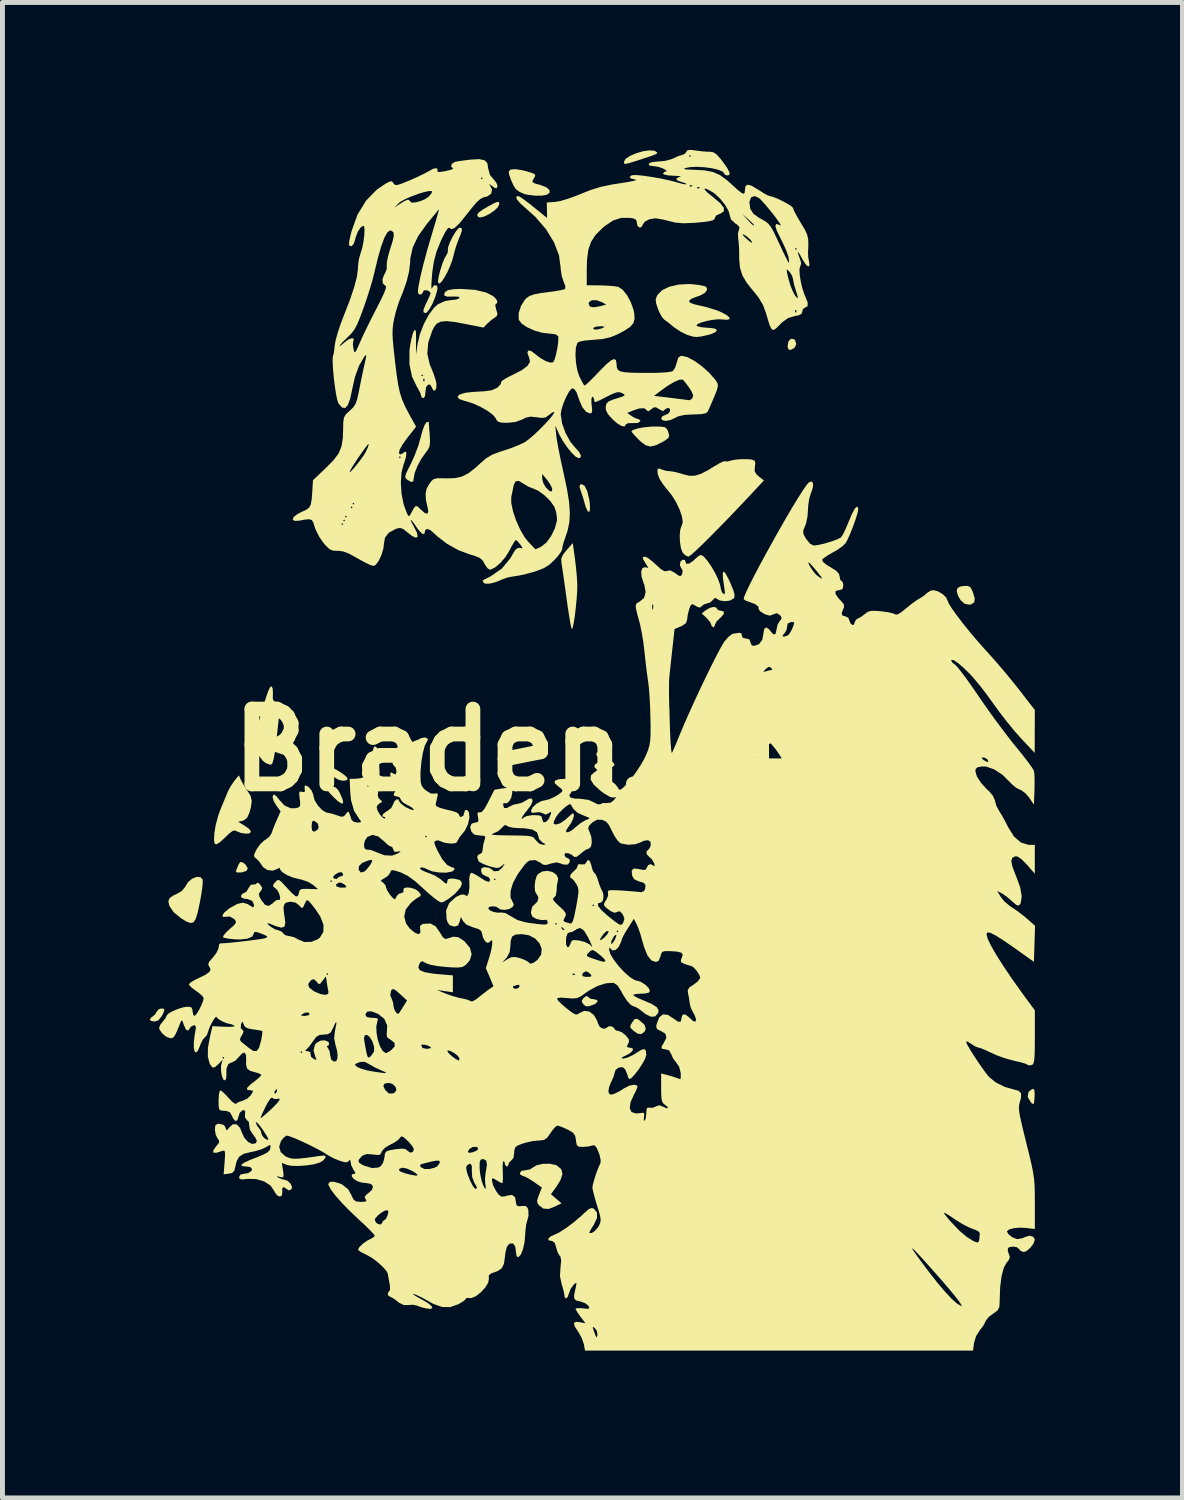
<source format=kicad_pcb>
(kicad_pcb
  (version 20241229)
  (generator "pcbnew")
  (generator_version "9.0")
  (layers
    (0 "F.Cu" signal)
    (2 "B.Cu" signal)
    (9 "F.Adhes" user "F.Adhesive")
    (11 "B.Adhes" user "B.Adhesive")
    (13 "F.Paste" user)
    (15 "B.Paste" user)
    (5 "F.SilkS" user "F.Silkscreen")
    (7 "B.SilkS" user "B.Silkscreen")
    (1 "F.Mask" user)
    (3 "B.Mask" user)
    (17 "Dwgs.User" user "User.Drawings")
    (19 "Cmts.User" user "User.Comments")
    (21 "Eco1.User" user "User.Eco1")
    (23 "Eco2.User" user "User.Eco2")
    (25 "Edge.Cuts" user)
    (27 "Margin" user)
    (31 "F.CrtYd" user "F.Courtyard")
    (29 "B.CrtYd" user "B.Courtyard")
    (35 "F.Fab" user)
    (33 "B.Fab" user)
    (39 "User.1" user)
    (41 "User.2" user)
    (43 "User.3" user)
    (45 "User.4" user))
  (footprint "BradenJenn1"
    (layer "F.Cu")
    (at 9.009 12.22)
    (property "Reference" "BradenJenn1" (at 0 0 0) (layer "F.SilkS") (effects (font (size 1.524 1.524) (thickness 0.3))))
    (attr board_only exclude_from_pos_files exclude_from_bom)
    (fp_poly (pts (xy 4.103 -8.367) (xy 4.128 -8.344) (xy 4.153 -8.266) (xy 4.119 -8.191) (xy 4.039 -8.146) (xy 4.037 -8.145) (xy 3.988 -8.16) (xy 3.975 -8.226) (xy 3.994 -8.321) (xy 4.042 -8.373)) (stroke (width 0) (type solid)) (fill yes) (layer "F.SilkS"))
    (fp_poly (pts (xy 8.999 6.921) (xy 9.006 7.01) (xy 9.002 7.079) (xy 8.993 7.177) (xy 8.978 7.21) (xy 8.947 7.191) (xy 8.924 7.165) (xy 8.864 7.062) (xy 8.877 6.97) (xy 8.916 6.927) (xy 8.97 6.895)) (stroke (width 0) (type solid)) (fill yes) (layer "F.SilkS"))
    (fp_poly (pts (xy -7.113 2.289) (xy -7.061 2.332) (xy -7.014 2.406) (xy -7.04 2.46) (xy -7.135 2.49) (xy -7.152 2.492) (xy -7.236 2.492) (xy -7.258 2.468) (xy -7.253 2.454) (xy -7.22 2.374) (xy -7.207 2.337) (xy -7.169 2.279)) (stroke (width 0) (type solid)) (fill yes) (layer "F.SilkS"))
    (fp_poly (pts (xy 0.956 5.499) (xy 1.059 5.589) (xy 1.089 5.674) (xy 1.063 5.732) (xy 0.997 5.783) (xy 0.924 5.774) (xy 0.838 5.715) (xy 0.778 5.658) (xy 0.774 5.61) (xy 0.812 5.543) (xy 0.863 5.478) (xy 0.908 5.471)) (stroke (width 0) (type solid)) (fill yes) (layer "F.SilkS"))
    (fp_poly (pts (xy -5.228 0.758) (xy -5.171 0.818) (xy -5.142 0.871) (xy -5.084 1.004) (xy -5.072 1.078) (xy -5.104 1.09) (xy -5.179 1.042) (xy -5.28 0.947) (xy -5.368 0.852) (xy -5.401 0.795) (xy -5.38 0.765) (xy -5.306 0.749) (xy -5.299 0.748)) (stroke (width 0) (type solid)) (fill yes) (layer "F.SilkS"))
    (fp_poly (pts (xy -8.725 5.267) (xy -8.712 5.295) (xy -8.738 5.364) (xy -8.764 5.415) (xy -8.835 5.503) (xy -8.916 5.527) (xy -8.986 5.513) (xy -9.009 5.488) (xy -8.979 5.441) (xy -8.954 5.427) (xy -8.897 5.376) (xy -8.876 5.334) (xy -8.825 5.274) (xy -8.78 5.262)) (stroke (width 0) (type solid)) (fill yes) (layer "F.SilkS"))
    (fp_poly (pts (xy -5.344 0.342) (xy -5.26 0.376) (xy -5.159 0.431) (xy -5.065 0.494) (xy -4.999 0.552) (xy -4.98 0.583) (xy -5.008 0.618) (xy -5.082 0.625) (xy -5.167 0.605) (xy -5.251 0.556) (xy -5.329 0.484) (xy -5.383 0.409) (xy -5.397 0.352) (xy -5.39 0.341)) (stroke (width 0) (type solid)) (fill yes) (layer "F.SilkS"))
    (fp_poly (pts (xy -1.893 -11.128) (xy -1.893 -11.117) (xy -1.922 -11.052) (xy -1.998 -10.98) (xy -2.098 -10.912) (xy -2.201 -10.862) (xy -2.286 -10.842) (xy -2.325 -10.855) (xy -2.345 -10.894) (xy -2.318 -10.939) (xy -2.237 -10.999) (xy -2.148 -11.052) (xy -2.02 -11.123) (xy -1.943 -11.158) (xy -1.905 -11.158)) (stroke (width 0) (type solid)) (fill yes) (layer "F.SilkS"))
    (fp_poly (pts (xy -0.156 -5.377) (xy -0.105 -5.274) (xy -0.065 -5.113) (xy -0.053 -5.036) (xy -0.046 -4.909) (xy -0.062 -4.849) (xy -0.093 -4.859) (xy -0.132 -4.941) (xy -0.151 -5.006) (xy -0.186 -5.129) (xy -0.221 -5.234) (xy -0.228 -5.254) (xy -0.261 -5.355) (xy -0.25 -5.404) (xy -0.214 -5.413)) (stroke (width 0) (type solid)) (fill yes) (layer "F.SilkS"))
    (fp_poly (pts (xy -0.087 5.025) (xy -0.087 5.025) (xy -0.04 5.062) (xy 0.022 5.072) (xy 0.097 5.088) (xy 0.106 5.126) (xy 0.051 5.172) (xy 0.016 5.187) (xy -0.08 5.218) (xy -0.138 5.214) (xy -0.186 5.171) (xy -0.191 5.165) (xy -0.218 5.111) (xy -0.187 5.057) (xy -0.172 5.042) (xy -0.116 5.003)) (stroke (width 0) (type solid)) (fill yes) (layer "F.SilkS"))
    (fp_poly (pts (xy 7.699 -3.312) (xy 7.742 -3.229) (xy 7.745 -3.221) (xy 7.786 -3.089) (xy 7.775 -3.007) (xy 7.71 -2.965) (xy 7.679 -2.96) (xy 7.582 -2.976) (xy 7.499 -3.05) (xy 7.443 -3.146) (xy 7.419 -3.236) (xy 7.419 -3.237) (xy 7.434 -3.298) (xy 7.491 -3.328) (xy 7.554 -3.339) (xy 7.646 -3.342)) (stroke (width 0) (type solid)) (fill yes) (layer "F.SilkS"))
    (fp_poly (pts (xy 1.258 -12.202) (xy 1.286 -12.19) (xy 1.317 -12.169) (xy 1.322 -12.15) (xy 1.291 -12.13) (xy 1.212 -12.099) (xy 1.076 -12.054) (xy 1.022 -12.036) (xy 0.854 -11.982) (xy 0.744 -11.948) (xy 0.682 -11.934) (xy 0.652 -11.937) (xy 0.644 -11.955) (xy 0.644 -11.977) (xy 0.678 -12.037) (xy 0.767 -12.096) (xy 0.89 -12.149) (xy 1.026 -12.189) (xy 1.156 -12.209)) (stroke (width 0) (type solid)) (fill yes) (layer "F.SilkS"))
    (fp_poly (pts (xy 1.4 -6.584) (xy 1.475 -6.573) (xy 1.515 -6.543) (xy 1.542 -6.487) (xy 1.546 -6.475) (xy 1.565 -6.401) (xy 1.547 -6.352) (xy 1.478 -6.301) (xy 1.449 -6.284) (xy 1.297 -6.206) (xy 1.181 -6.179) (xy 1.081 -6.207) (xy 0.975 -6.289) (xy 0.948 -6.316) (xy 0.865 -6.402) (xy 0.81 -6.465) (xy 0.795 -6.487) (xy 0.829 -6.517) (xy 0.92 -6.546) (xy 1.046 -6.57) (xy 1.189 -6.584) (xy 1.27 -6.587)) (stroke (width 0) (type solid)) (fill yes) (layer "F.SilkS"))
    (fp_poly (pts (xy 2.528 -2.899) (xy 2.536 -2.877) (xy 2.568 -2.846) (xy 2.612 -2.839) (xy 2.676 -2.821) (xy 2.677 -2.771) (xy 2.615 -2.699) (xy 2.593 -2.681) (xy 2.526 -2.613) (xy 2.498 -2.553) (xy 2.498 -2.552) (xy 2.477 -2.504) (xy 2.461 -2.498) (xy 2.426 -2.529) (xy 2.423 -2.549) (xy 2.397 -2.606) (xy 2.334 -2.681) (xy 2.325 -2.69) (xy 2.228 -2.781) (xy 2.311 -2.848) (xy 2.394 -2.896) (xy 2.475 -2.914)) (stroke (width 0) (type solid)) (fill yes) (layer "F.SilkS"))
    (fp_poly (pts (xy -7.976 2.589) (xy -7.934 2.636) (xy -7.931 2.697) (xy -7.942 2.814) (xy -7.966 2.969) (xy -7.992 3.109) (xy -8.034 3.307) (xy -8.074 3.437) (xy -8.12 3.507) (xy -8.18 3.522) (xy -8.263 3.492) (xy -8.372 3.425) (xy -8.524 3.301) (xy -8.611 3.172) (xy -8.631 3.081) (xy -8.608 3.015) (xy -8.529 2.96) (xy -8.478 2.938) (xy -8.361 2.871) (xy -8.293 2.79) (xy -8.291 2.786) (xy -8.231 2.689) (xy -8.146 2.618) (xy -8.055 2.582)) (stroke (width 0) (type solid)) (fill yes) (layer "F.SilkS"))
    (fp_poly (pts (xy -1.436 -11.807) (xy -1.357 -11.787) (xy -1.235 -11.751) (xy -1.174 -11.724) (xy -1.161 -11.694) (xy -1.182 -11.651) (xy -1.19 -11.638) (xy -1.219 -11.587) (xy -1.212 -11.555) (xy -1.155 -11.53) (xy -1.059 -11.504) (xy -0.939 -11.458) (xy -0.874 -11.403) (xy -0.869 -11.348) (xy -0.931 -11.303) (xy -1.033 -11.286) (xy -1.174 -11.287) (xy -1.321 -11.306) (xy -1.385 -11.321) (xy -1.487 -11.366) (xy -1.559 -11.422) (xy -1.607 -11.498) (xy -1.656 -11.608) (xy -1.693 -11.715) (xy -1.703 -11.774) (xy -1.67 -11.816) (xy -1.578 -11.827)) (stroke (width 0) (type solid)) (fill yes) (layer "F.SilkS"))
    (fp_poly (pts (xy -0.354 -3.896) (xy -0.332 -3.712) (xy -0.315 -3.524) (xy -0.306 -3.369) (xy -0.306 -3.354) (xy -0.309 -3.226) (xy -0.32 -3.07) (xy -0.336 -2.903) (xy -0.355 -2.741) (xy -0.376 -2.603) (xy -0.397 -2.504) (xy -0.414 -2.461) (xy -0.416 -2.461) (xy -0.429 -2.496) (xy -0.449 -2.594) (xy -0.474 -2.743) (xy -0.503 -2.929) (xy -0.523 -3.076) (xy -0.553 -3.292) (xy -0.581 -3.491) (xy -0.605 -3.655) (xy -0.622 -3.77) (xy -0.629 -3.808) (xy -0.632 -3.894) (xy -0.6 -3.973) (xy -0.524 -4.07) (xy -0.398 -4.214)) (stroke (width 0) (type solid)) (fill yes) (layer "F.SilkS"))
    (fp_poly (pts (xy -3.33 -6.676) (xy -3.326 -6.624) (xy -3.319 -6.52) (xy -3.31 -6.41) (xy -3.304 -6.273) (xy -3.315 -6.183) (xy -3.348 -6.114) (xy -3.382 -6.069) (xy -3.478 -5.935) (xy -3.56 -5.784) (xy -3.616 -5.643) (xy -3.634 -5.547) (xy -3.646 -5.47) (xy -3.688 -5.457) (xy -3.766 -5.502) (xy -3.799 -5.532) (xy -3.809 -5.568) (xy -3.793 -5.627) (xy -3.747 -5.725) (xy -3.696 -5.824) (xy -3.617 -5.999) (xy -3.544 -6.192) (xy -3.497 -6.358) (xy -3.46 -6.495) (xy -3.42 -6.605) (xy -3.385 -6.665) (xy -3.384 -6.665) (xy -3.34 -6.687)) (stroke (width 0) (type solid)) (fill yes) (layer "F.SilkS"))
    (fp_poly (pts (xy -2.662 -10.627) (xy -2.654 -10.586) (xy -2.679 -10.502) (xy -2.719 -10.404) (xy -2.768 -10.273) (xy -2.806 -10.148) (xy -2.813 -10.117) (xy -2.847 -9.987) (xy -2.896 -9.853) (xy -2.953 -9.725) (xy -3.013 -9.616) (xy -3.067 -9.536) (xy -3.111 -9.497) (xy -3.137 -9.511) (xy -3.141 -9.549) (xy -3.128 -9.64) (xy -3.096 -9.766) (xy -3.054 -9.898) (xy -3.011 -10.008) (xy -2.979 -10.063) (xy -2.942 -10.134) (xy -2.942 -10.175) (xy -2.936 -10.236) (xy -2.901 -10.334) (xy -2.847 -10.445) (xy -2.786 -10.547) (xy -2.731 -10.618) (xy -2.7 -10.637)) (stroke (width 0) (type solid)) (fill yes) (layer "F.SilkS"))
    (fp_poly (pts (xy -0.743 8.449) (xy -0.721 8.459) (xy -0.632 8.533) (xy -0.608 8.631) (xy -0.65 8.759) (xy -0.724 8.878) (xy -0.842 9.043) (xy -0.735 9.135) (xy -0.628 9.227) (xy -0.748 9.288) (xy -0.888 9.342) (xy -0.996 9.335) (xy -1.078 9.276) (xy -1.118 9.222) (xy -1.124 9.168) (xy -1.097 9.082) (xy -1.086 9.054) (xy -1.027 8.907) (xy -1.196 8.788) (xy -1.301 8.721) (xy -1.387 8.678) (xy -1.421 8.669) (xy -1.47 8.638) (xy -1.476 8.612) (xy -1.443 8.567) (xy -1.367 8.555) (xy -1.273 8.538) (xy -1.215 8.502) (xy -1.132 8.451) (xy -1.006 8.424) (xy -0.867 8.422)) (stroke (width 0) (type solid)) (fill yes) (layer "F.SilkS"))
    (fp_poly (pts (xy -6.53 -1.295) (xy -6.508 -1.255) (xy -6.503 -1.168) (xy -6.504 -1.14) (xy -6.505 -1.041) (xy -6.48 -0.993) (xy -6.432 -0.973) (xy -6.404 -0.966) (xy -6.382 -0.958) (xy -6.369 -0.939) (xy -6.363 -0.898) (xy -6.365 -0.826) (xy -6.375 -0.713) (xy -6.393 -0.549) (xy -6.418 -0.325) (xy -6.434 -0.189) (xy -6.462 0.035) (xy -6.489 0.188) (xy -6.516 0.275) (xy -6.544 0.3) (xy -6.594 0.286) (xy -6.65 0.265) (xy -6.713 0.213) (xy -6.784 0.118) (xy -6.824 0.048) (xy -6.916 -0.135) (xy -6.792 -0.569) (xy -6.719 -0.824) (xy -6.662 -1.013) (xy -6.618 -1.147) (xy -6.585 -1.233) (xy -6.56 -1.279) (xy -6.538 -1.295)) (stroke (width 0) (type solid)) (fill yes) (layer "F.SilkS"))
    (fp_poly (pts (xy -7.155 0.608) (xy -7.106 0.699) (xy -7.036 0.808) (xy -7.021 0.829) (xy -6.957 0.934) (xy -6.934 1.035) (xy -6.949 1.16) (xy -6.978 1.267) (xy -7.027 1.378) (xy -7.096 1.432) (xy -7.117 1.439) (xy -7.211 1.461) (xy -7.089 1.533) (xy -6.986 1.606) (xy -6.948 1.662) (xy -6.978 1.696) (xy -7.043 1.703) (xy -7.152 1.688) (xy -7.23 1.657) (xy -7.278 1.637) (xy -7.328 1.65) (xy -7.399 1.705) (xy -7.467 1.771) (xy -7.581 1.876) (xy -7.654 1.921) (xy -7.691 1.904) (xy -7.702 1.822) (xy -7.695 1.694) (xy -7.668 1.527) (xy -7.618 1.34) (xy -7.572 1.211) (xy -7.512 1.068) (xy -7.458 0.937) (xy -7.423 0.852) (xy -7.366 0.742) (xy -7.291 0.631) (xy -7.287 0.626) (xy -7.196 0.515)) (stroke (width 0) (type solid)) (fill yes) (layer "F.SilkS"))
    (fp_poly (pts (xy 3.247 -5.913) (xy 3.304 -5.891) (xy 3.319 -5.841) (xy 3.31 -5.774) (xy 3.304 -5.678) (xy 3.344 -5.61) (xy 3.39 -5.57) (xy 3.493 -5.488) (xy 3.29 -5.271) (xy 3.041 -5.005) (xy 2.804 -4.757) (xy 2.585 -4.531) (xy 2.39 -4.334) (xy 2.225 -4.171) (xy 2.093 -4.046) (xy 2.002 -3.967) (xy 1.956 -3.937) (xy 1.955 -3.937) (xy 1.892 -3.965) (xy 1.838 -4.021) (xy 1.804 -4.107) (xy 1.785 -4.231) (xy 1.779 -4.367) (xy 1.79 -4.487) (xy 1.816 -4.564) (xy 1.821 -4.569) (xy 1.841 -4.638) (xy 1.825 -4.751) (xy 1.778 -4.892) (xy 1.708 -5.041) (xy 1.621 -5.182) (xy 1.573 -5.243) (xy 1.448 -5.398) (xy 1.371 -5.516) (xy 1.333 -5.611) (xy 1.325 -5.677) (xy 1.335 -5.732) (xy 1.38 -5.727) (xy 1.398 -5.717) (xy 1.495 -5.686) (xy 1.567 -5.678) (xy 1.66 -5.666) (xy 1.785 -5.635) (xy 1.843 -5.617) (xy 1.968 -5.585) (xy 2.083 -5.585) (xy 2.206 -5.621) (xy 2.357 -5.699) (xy 2.482 -5.776) (xy 2.588 -5.838) (xy 2.668 -5.876) (xy 2.7 -5.88) (xy 2.749 -5.874) (xy 2.79 -5.886) (xy 2.89 -5.909) (xy 3.027 -5.922) (xy 3.167 -5.922)) (stroke (width 0) (type solid)) (fill yes) (layer "F.SilkS"))
    (fp_poly (pts (xy 2.044 -9.483) (xy 2.175 -9.467) (xy 2.275 -9.447) (xy 2.32 -9.43) (xy 2.338 -9.371) (xy 2.292 -9.308) (xy 2.195 -9.253) (xy 2.16 -9.242) (xy 2.027 -9.193) (xy 1.969 -9.149) (xy 1.987 -9.109) (xy 2.081 -9.073) (xy 2.168 -9.054) (xy 2.336 -9.014) (xy 2.511 -8.96) (xy 2.602 -8.925) (xy 2.726 -8.861) (xy 2.791 -8.808) (xy 2.795 -8.772) (xy 2.735 -8.759) (xy 2.658 -8.766) (xy 2.562 -8.77) (xy 2.447 -8.758) (xy 2.329 -8.736) (xy 2.224 -8.707) (xy 2.149 -8.675) (xy 2.119 -8.646) (xy 2.139 -8.628) (xy 2.225 -8.608) (xy 2.343 -8.597) (xy 2.375 -8.596) (xy 2.491 -8.582) (xy 2.536 -8.552) (xy 2.512 -8.512) (xy 2.422 -8.469) (xy 2.344 -8.448) (xy 2.211 -8.419) (xy 2.121 -8.409) (xy 2.045 -8.418) (xy 1.952 -8.447) (xy 1.922 -8.457) (xy 1.799 -8.517) (xy 1.675 -8.599) (xy 1.653 -8.616) (xy 1.56 -8.693) (xy 1.481 -8.752) (xy 1.464 -8.763) (xy 1.415 -8.819) (xy 1.361 -8.92) (xy 1.336 -8.982) (xy 1.298 -9.096) (xy 1.29 -9.17) (xy 1.31 -9.234) (xy 1.327 -9.266) (xy 1.42 -9.362) (xy 1.57 -9.434) (xy 1.76 -9.477) (xy 1.973 -9.488)) (stroke (width 0) (type solid)) (fill yes) (layer "F.SilkS"))
    (fp_poly (pts (xy -2.39 -9.369) (xy -2.165 -9.316) (xy -2.019 -9.242) (xy -1.956 -9.179) (xy -1.931 -9.121) (xy -1.951 -9.087) (xy -1.965 -9.085) (xy -1.977 -9.054) (xy -1.96 -8.98) (xy -1.956 -8.966) (xy -1.931 -8.881) (xy -1.946 -8.834) (xy -1.985 -8.806) (xy -2.067 -8.746) (xy -2.137 -8.682) (xy -2.216 -8.601) (xy -2.601 -8.677) (xy -2.818 -8.717) (xy -2.975 -8.732) (xy -3.086 -8.722) (xy -3.164 -8.683) (xy -3.222 -8.611) (xy -3.26 -8.535) (xy -3.342 -8.29) (xy -3.359 -8.068) (xy -3.31 -7.852) (xy -3.282 -7.785) (xy -3.227 -7.649) (xy -3.187 -7.521) (xy -3.173 -7.453) (xy -3.178 -7.364) (xy -3.205 -7.318) (xy -3.24 -7.325) (xy -3.266 -7.38) (xy -3.301 -7.439) (xy -3.346 -7.438) (xy -3.384 -7.389) (xy -3.397 -7.304) (xy -3.397 -7.297) (xy -3.405 -7.209) (xy -3.435 -7.165) (xy -3.476 -7.179) (xy -3.483 -7.206) (xy -3.503 -7.273) (xy -3.553 -7.367) (xy -3.571 -7.395) (xy -3.637 -7.533) (xy -3.445 -7.533) (xy -3.431 -7.502) (xy -3.419 -7.508) (xy -3.415 -7.553) (xy -3.419 -7.558) (xy -3.442 -7.553) (xy -3.445 -7.533) (xy -3.637 -7.533) (xy -3.671 -7.603) (xy -3.676 -7.628) (xy -3.483 -7.628) (xy -3.464 -7.609) (xy -3.445 -7.628) (xy -3.464 -7.646) (xy -3.483 -7.628) (xy -3.676 -7.628) (xy -3.723 -7.854) (xy -3.723 -8.13) (xy -3.71 -8.233) (xy -3.684 -8.37) (xy -3.656 -8.477) (xy -3.633 -8.533) (xy -3.632 -8.534) (xy -3.61 -8.552) (xy -3.596 -8.543) (xy -3.59 -8.492) (xy -3.588 -8.388) (xy -3.589 -8.271) (xy -3.591 -8.044) (xy -3.557 -8.271) (xy -3.509 -8.471) (xy -3.43 -8.673) (xy -3.332 -8.858) (xy -3.224 -9.004) (xy -3.146 -9.074) (xy -2.995 -9.142) (xy -2.874 -9.161) (xy -2.774 -9.171) (xy -2.711 -9.195) (xy -2.705 -9.202) (xy -2.717 -9.228) (xy -2.802 -9.233) (xy -2.833 -9.232) (xy -2.96 -9.232) (xy -3.017 -9.257) (xy -3.007 -9.309) (xy -2.991 -9.33) (xy -2.936 -9.364) (xy -2.831 -9.382) (xy -2.674 -9.388)) (stroke (width 0) (type solid)) (fill yes) (layer "F.SilkS"))
    (fp_poly (pts (xy 2.104 -12.206) (xy 2.111 -12.205) (xy 2.243 -12.188) (xy 2.362 -12.18) (xy 2.394 -12.181) (xy 2.462 -12.171) (xy 2.529 -12.127) (xy 2.611 -12.036) (xy 2.65 -11.985) (xy 2.747 -11.848) (xy 2.793 -11.759) (xy 2.79 -11.71) (xy 2.744 -11.697) (xy 2.694 -11.717) (xy 2.688 -11.733) (xy 2.653 -11.777) (xy 2.56 -11.815) (xy 2.429 -11.846) (xy 2.276 -11.866) (xy 2.12 -11.874) (xy 1.979 -11.866) (xy 1.893 -11.848) (xy 1.863 -11.832) (xy 1.9 -11.821) (xy 2.006 -11.815) (xy 2.063 -11.814) (xy 2.284 -11.802) (xy 2.454 -11.769) (xy 2.599 -11.706) (xy 2.74 -11.603) (xy 2.826 -11.526) (xy 2.952 -11.411) (xy 3.033 -11.346) (xy 3.08 -11.325) (xy 3.101 -11.346) (xy 3.105 -11.385) (xy 3.117 -11.476) (xy 3.158 -11.511) (xy 3.236 -11.492) (xy 3.359 -11.419) (xy 3.367 -11.415) (xy 3.476 -11.345) (xy 3.563 -11.296) (xy 3.605 -11.28) (xy 3.674 -11.264) (xy 3.777 -11.223) (xy 3.891 -11.167) (xy 3.995 -11.109) (xy 4.067 -11.059) (xy 4.088 -11.031) (xy 4.107 -10.978) (xy 4.158 -10.88) (xy 4.23 -10.756) (xy 4.247 -10.728) (xy 4.326 -10.597) (xy 4.373 -10.495) (xy 4.395 -10.396) (xy 4.398 -10.27) (xy 4.391 -10.126) (xy 4.396 -10.031) (xy 4.412 -9.946) (xy 4.421 -9.865) (xy 4.397 -9.843) (xy 4.351 -9.879) (xy 4.291 -9.968) (xy 4.277 -9.993) (xy 4.221 -10.096) (xy 4.188 -10.139) (xy 4.184 -10.121) (xy 4.212 -10.039) (xy 4.221 -10.018) (xy 4.252 -9.916) (xy 4.237 -9.855) (xy 4.232 -9.85) (xy 4.217 -9.791) (xy 4.221 -9.682) (xy 4.242 -9.545) (xy 4.275 -9.403) (xy 4.317 -9.276) (xy 4.338 -9.229) (xy 4.384 -9.112) (xy 4.382 -9.036) (xy 4.334 -9.009) (xy 4.288 -8.978) (xy 4.277 -8.934) (xy 4.261 -8.882) (xy 4.199 -8.85) (xy 4.117 -8.834) (xy 3.985 -8.795) (xy 3.869 -8.712) (xy 3.817 -8.66) (xy 3.744 -8.586) (xy 3.692 -8.552) (xy 3.652 -8.567) (xy 3.615 -8.635) (xy 3.573 -8.766) (xy 3.539 -8.886) (xy 3.521 -8.934) (xy 4.126 -8.934) (xy 4.14 -8.902) (xy 4.151 -8.908) (xy 4.156 -8.953) (xy 4.151 -8.959) (xy 4.129 -8.954) (xy 4.126 -8.934) (xy 3.521 -8.934) (xy 3.474 -9.063) (xy 3.378 -9.222) (xy 3.283 -9.339) (xy 3.143 -9.513) (xy 3.054 -9.665) (xy 3.019 -9.778) (xy 3.957 -9.778) (xy 3.962 -9.73) (xy 3.986 -9.621) (xy 3.991 -9.602) (xy 4.03 -9.467) (xy 4.08 -9.342) (xy 4.132 -9.246) (xy 4.175 -9.2) (xy 4.182 -9.199) (xy 4.181 -9.23) (xy 4.158 -9.31) (xy 4.143 -9.355) (xy 4.109 -9.469) (xy 4.09 -9.564) (xy 4.088 -9.583) (xy 4.063 -9.664) (xy 4.015 -9.735) (xy 3.974 -9.776) (xy 3.957 -9.778) (xy 3.019 -9.778) (xy 3.006 -9.818) (xy 2.99 -9.998) (xy 2.99 -10.063) (xy 2.988 -10.21) (xy 2.979 -10.341) (xy 2.969 -10.416) (xy 2.965 -10.503) (xy 3.055 -10.503) (xy 3.08 -10.467) (xy 3.123 -10.424) (xy 3.201 -10.355) (xy 3.248 -10.326) (xy 3.254 -10.339) (xy 3.217 -10.392) (xy 3.142 -10.459) (xy 3.088 -10.493) (xy 3.055 -10.503) (xy 2.965 -10.503) (xy 2.964 -10.517) (xy 2.983 -10.585) (xy 2.997 -10.64) (xy 2.959 -10.689) (xy 2.911 -10.72) (xy 2.822 -10.804) (xy 2.801 -10.877) (xy 2.789 -10.921) (xy 3.047 -10.921) (xy 3.158 -10.798) (xy 3.239 -10.712) (xy 3.281 -10.677) (xy 3.293 -10.686) (xy 3.293 -10.687) (xy 3.268 -10.717) (xy 3.204 -10.779) (xy 3.17 -10.81) (xy 3.047 -10.921) (xy 2.789 -10.921) (xy 2.774 -10.975) (xy 2.703 -11.098) (xy 2.664 -11.147) (xy 3.198 -11.147) (xy 3.216 -11.019) (xy 3.277 -10.921) (xy 3.395 -10.835) (xy 3.446 -10.807) (xy 3.523 -10.764) (xy 3.583 -10.716) (xy 3.636 -10.649) (xy 3.694 -10.547) (xy 3.766 -10.396) (xy 3.802 -10.318) (xy 3.875 -10.161) (xy 3.937 -10.033) (xy 3.982 -9.947) (xy 4.002 -9.918) (xy 4.006 -9.95) (xy 3.995 -10.029) (xy 3.993 -10.041) (xy 3.962 -10.135) (xy 3.934 -10.202) (xy 4.126 -10.202) (xy 4.145 -10.183) (xy 4.164 -10.202) (xy 4.145 -10.221) (xy 4.126 -10.202) (xy 3.934 -10.202) (xy 3.905 -10.268) (xy 3.835 -10.411) (xy 3.831 -10.418) (xy 3.755 -10.575) (xy 3.726 -10.672) (xy 3.745 -10.711) (xy 3.81 -10.691) (xy 3.83 -10.679) (xy 3.838 -10.686) (xy 3.807 -10.738) (xy 3.748 -10.821) (xy 3.67 -10.923) (xy 3.584 -11.029) (xy 3.5 -11.128) (xy 3.429 -11.205) (xy 3.394 -11.238) (xy 3.304 -11.279) (xy 3.234 -11.253) (xy 3.199 -11.167) (xy 3.198 -11.147) (xy 2.664 -11.147) (xy 2.605 -11.222) (xy 2.497 -11.324) (xy 2.45 -11.357) (xy 2.34 -11.418) (xy 2.286 -11.433) (xy 2.289 -11.407) (xy 2.348 -11.346) (xy 2.457 -11.258) (xy 2.602 -11.136) (xy 2.676 -11.04) (xy 2.679 -10.969) (xy 2.613 -10.923) (xy 2.593 -10.917) (xy 2.522 -10.883) (xy 2.498 -10.844) (xy 2.488 -10.809) (xy 2.448 -10.783) (xy 2.366 -10.764) (xy 2.231 -10.747) (xy 2.063 -10.732) (xy 1.852 -10.724) (xy 1.685 -10.739) (xy 1.571 -10.767) (xy 1.437 -10.801) (xy 1.313 -10.822) (xy 1.268 -10.825) (xy 1.155 -10.804) (xy 1.065 -10.754) (xy 1.023 -10.69) (xy 1.022 -10.68) (xy 0.991 -10.642) (xy 0.965 -10.637) (xy 0.919 -10.67) (xy 0.908 -10.727) (xy 0.896 -10.789) (xy 0.846 -10.821) (xy 0.767 -10.835) (xy 0.588 -10.834) (xy 0.424 -10.782) (xy 0.256 -10.669) (xy 0.208 -10.629) (xy 0.068 -10.489) (xy -0.026 -10.347) (xy -0.082 -10.184) (xy -0.108 -9.979) (xy -0.113 -9.814) (xy -0.114 -9.463) (xy 0.161 -9.46) (xy 0.312 -9.454) (xy 0.444 -9.444) (xy 0.529 -9.43) (xy 0.529 -9.43) (xy 0.617 -9.373) (xy 0.706 -9.262) (xy 0.784 -9.118) (xy 0.839 -8.961) (xy 0.853 -8.891) (xy 0.86 -8.779) (xy 0.836 -8.692) (xy 0.772 -8.616) (xy 0.655 -8.539) (xy 0.519 -8.466) (xy 0.373 -8.405) (xy 0.216 -8.369) (xy 0.024 -8.352) (xy -0.16 -8.337) (xy -0.271 -8.311) (xy -0.306 -8.286) (xy -0.335 -8.192) (xy -0.343 -8.051) (xy -0.333 -7.889) (xy -0.306 -7.732) (xy -0.264 -7.605) (xy -0.26 -7.598) (xy -0.209 -7.5) (xy -0.172 -7.433) (xy -0.163 -7.42) (xy -0.132 -7.438) (xy -0.061 -7.502) (xy 0.038 -7.6) (xy 0.132 -7.699) (xy 0.274 -7.844) (xy 0.377 -7.931) (xy 0.444 -7.961) (xy 0.481 -7.937) (xy 0.493 -7.862) (xy 0.498 -7.793) (xy 0.518 -7.744) (xy 0.566 -7.712) (xy 0.652 -7.693) (xy 0.788 -7.683) (xy 0.984 -7.679) (xy 1.072 -7.678) (xy 1.325 -7.68) (xy 1.507 -7.69) (xy 1.615 -7.706) (xy 1.643 -7.719) (xy 1.685 -7.784) (xy 1.718 -7.885) (xy 1.72 -7.894) (xy 1.748 -7.986) (xy 1.797 -8.022) (xy 1.83 -8.025) (xy 1.941 -7.997) (xy 2.08 -7.923) (xy 2.231 -7.814) (xy 2.375 -7.685) (xy 2.495 -7.549) (xy 2.525 -7.507) (xy 2.552 -7.455) (xy 2.555 -7.399) (xy 2.532 -7.317) (xy 2.48 -7.188) (xy 2.479 -7.185) (xy 2.423 -7.055) (xy 2.376 -6.948) (xy 2.349 -6.889) (xy 2.309 -6.857) (xy 2.223 -6.839) (xy 2.076 -6.833) (xy 2.057 -6.833) (xy 1.873 -6.823) (xy 1.746 -6.793) (xy 1.694 -6.766) (xy 1.592 -6.719) (xy 1.495 -6.701) (xy 1.424 -6.716) (xy 1.401 -6.754) (xy 1.433 -6.801) (xy 1.485 -6.821) (xy 1.548 -6.85) (xy 1.583 -6.901) (xy 1.58 -6.948) (xy 1.539 -6.965) (xy 1.48 -6.939) (xy 1.468 -6.92) (xy 1.436 -6.9) (xy 1.365 -6.936) (xy 1.363 -6.938) (xy 1.293 -6.979) (xy 1.244 -6.972) (xy 1.198 -6.936) (xy 1.138 -6.896) (xy 1.109 -6.915) (xy 1.108 -6.918) (xy 1.057 -6.959) (xy 0.954 -6.954) (xy 0.833 -6.914) (xy 0.71 -6.862) (xy 0.799 -6.8) (xy 0.881 -6.754) (xy 0.939 -6.738) (xy 0.976 -6.712) (xy 0.974 -6.691) (xy 0.926 -6.659) (xy 0.82 -6.656) (xy 0.82 -6.656) (xy 0.725 -6.654) (xy 0.682 -6.632) (xy 0.681 -6.627) (xy 0.657 -6.587) (xy 0.594 -6.598) (xy 0.502 -6.654) (xy 0.409 -6.736) (xy 0.316 -6.841) (xy 0.275 -6.924) (xy 0.272 -6.991) (xy 0.288 -7.054) (xy 0.333 -7.098) (xy 0.424 -7.136) (xy 0.49 -7.157) (xy 0.604 -7.193) (xy 0.641 -7.211) (xy 1.257 -7.211) (xy 1.603 -7.169) (xy 1.757 -7.15) (xy 1.882 -7.134) (xy 1.959 -7.124) (xy 1.973 -7.122) (xy 2.015 -7.142) (xy 2.038 -7.166) (xy 2.053 -7.217) (xy 2.023 -7.296) (xy 1.98 -7.365) (xy 1.912 -7.459) (xy 1.857 -7.525) (xy 1.841 -7.54) (xy 1.776 -7.54) (xy 1.667 -7.495) (xy 1.523 -7.408) (xy 1.414 -7.33) (xy 1.257 -7.211) (xy 0.641 -7.211) (xy 0.655 -7.218) (xy 0.652 -7.239) (xy 0.61 -7.265) (xy 0.554 -7.286) (xy 0.49 -7.281) (xy 0.397 -7.245) (xy 0.297 -7.195) (xy 0.166 -7.129) (xy 0.089 -7.093) (xy 0.051 -7.086) (xy 0.039 -7.103) (xy 0.038 -7.135) (xy 0.018 -7.186) (xy 0.001 -7.192) (xy -0.018 -7.158) (xy -0.018 -7.066) (xy -0.013 -7.022) (xy -0.003 -6.914) (xy -0.015 -6.863) (xy -0.046 -6.852) (xy -0.127 -6.887) (xy -0.204 -6.981) (xy -0.264 -7.119) (xy -0.271 -7.14) (xy -0.32 -7.28) (xy -0.372 -7.355) (xy -0.421 -7.359) (xy -0.472 -7.3) (xy -0.53 -7.193) (xy -0.586 -7.063) (xy -0.627 -6.936) (xy -0.644 -6.837) (xy -0.644 -6.835) (xy -0.617 -6.655) (xy -0.547 -6.458) (xy -0.448 -6.278) (xy -0.36 -6.17) (xy -0.268 -6.067) (xy -0.23 -5.99) (xy -0.249 -5.949) (xy -0.281 -5.943) (xy -0.34 -5.973) (xy -0.423 -6.054) (xy -0.514 -6.167) (xy -0.603 -6.297) (xy -0.674 -6.426) (xy -0.679 -6.437) (xy -0.755 -6.606) (xy -0.733 -6.397) (xy -0.717 -6.285) (xy -0.686 -6.118) (xy -0.646 -5.917) (xy -0.599 -5.702) (xy -0.583 -5.63) (xy -0.515 -5.31) (xy -0.473 -5.047) (xy -0.458 -4.828) (xy -0.467 -4.641) (xy -0.502 -4.471) (xy -0.538 -4.364) (xy -0.58 -4.241) (xy -0.607 -4.143) (xy -0.612 -4.097) (xy -0.631 -4.046) (xy -0.69 -3.962) (xy -0.762 -3.879) (xy -0.871 -3.776) (xy -0.985 -3.704) (xy -1.133 -3.646) (xy -1.189 -3.628) (xy -1.344 -3.586) (xy -1.49 -3.553) (xy -1.595 -3.537) (xy -1.723 -3.514) (xy -1.84 -3.472) (xy -1.841 -3.471) (xy -1.974 -3.416) (xy -2.095 -3.387) (xy -2.184 -3.388) (xy -2.215 -3.407) (xy -2.231 -3.45) (xy -2.228 -3.457) (xy -2.189 -3.477) (xy -2.107 -3.518) (xy -2.066 -3.539) (xy -1.842 -3.695) (xy -1.668 -3.905) (xy -1.624 -3.983) (xy -1.564 -4.08) (xy -1.51 -4.117) (xy -1.475 -4.115) (xy -1.427 -4.106) (xy -1.429 -4.129) (xy -1.468 -4.186) (xy -1.522 -4.25) (xy -1.557 -4.276) (xy -1.585 -4.246) (xy -1.633 -4.165) (xy -1.681 -4.073) (xy -1.764 -3.936) (xy -1.867 -3.814) (xy -1.974 -3.721) (xy -2.067 -3.675) (xy -2.089 -3.673) (xy -2.137 -3.704) (xy -2.189 -3.781) (xy -2.196 -3.796) (xy -2.237 -3.866) (xy -2.297 -3.914) (xy -2.395 -3.954) (xy -2.497 -3.983) (xy -2.728 -4.07) (xy -2.96 -4.2) (xy -3.161 -4.355) (xy -3.218 -4.41) (xy -3.303 -4.482) (xy -3.37 -4.502) (xy -3.405 -4.469) (xy -3.407 -4.448) (xy -3.423 -4.396) (xy -3.469 -4.408) (xy -3.538 -4.481) (xy -3.582 -4.542) (xy -3.653 -4.643) (xy -3.693 -4.688) (xy -3.698 -4.675) (xy -3.663 -4.604) (xy -3.638 -4.559) (xy -3.571 -4.427) (xy -3.556 -4.347) (xy -3.589 -4.322) (xy -3.667 -4.356) (xy -3.761 -4.429) (xy -3.848 -4.499) (xy -3.912 -4.522) (xy -3.982 -4.509) (xy -3.999 -4.503) (xy -4.144 -4.424) (xy -4.222 -4.322) (xy -4.24 -4.218) (xy -4.255 -4.098) (xy -4.294 -3.969) (xy -4.348 -3.854) (xy -4.407 -3.773) (xy -4.454 -3.748) (xy -4.516 -3.766) (xy -4.621 -3.815) (xy -4.751 -3.886) (xy -4.786 -3.906) (xy -4.947 -3.995) (xy -5.069 -4.043) (xy -5.171 -4.057) (xy -5.191 -4.056) (xy -5.28 -4.059) (xy -5.35 -4.09) (xy -5.428 -4.164) (xy -5.465 -4.207) (xy -5.556 -4.335) (xy -5.629 -4.478) (xy -5.652 -4.539) (xy -5.67 -4.599) (xy -5.11 -4.599) (xy -5.091 -4.58) (xy -5.072 -4.599) (xy -5.091 -4.618) (xy -5.11 -4.599) (xy -5.67 -4.599) (xy -5.68 -4.632) (xy -5.707 -4.675) (xy -5.072 -4.675) (xy -5.054 -4.656) (xy -5.035 -4.675) (xy -5.054 -4.694) (xy -5.072 -4.675) (xy -5.707 -4.675) (xy -5.712 -4.683) (xy -5.767 -4.7) (xy -5.862 -4.69) (xy -5.971 -4.669) (xy -6.066 -4.666) (xy -6.101 -4.694) (xy -6.08 -4.744) (xy -6.071 -4.751) (xy -5.035 -4.751) (xy -5.016 -4.732) (xy -4.997 -4.751) (xy -5.016 -4.77) (xy -5.035 -4.751) (xy -6.071 -4.751) (xy -6.006 -4.803) (xy -5.923 -4.846) (xy -5.826 -4.89) (xy -5.766 -4.935) (xy -5.763 -4.94) (xy -4.921 -4.94) (xy -4.902 -4.921) (xy -4.883 -4.94) (xy -4.902 -4.959) (xy -4.921 -4.94) (xy -5.763 -4.94) (xy -5.732 -4.999) (xy -5.729 -5.016) (xy -4.883 -5.016) (xy -4.864 -4.997) (xy -4.845 -5.016) (xy -4.864 -5.035) (xy -4.883 -5.016) (xy -5.729 -5.016) (xy -5.714 -5.101) (xy -5.702 -5.255) (xy -5.687 -5.494) (xy -5.519 -5.653) (xy -4.941 -5.653) (xy -4.912 -5.677) (xy -4.858 -5.735) (xy -4.791 -5.816) (xy -4.721 -5.907) (xy -4.681 -5.962) (xy -3.937 -5.962) (xy -3.918 -5.943) (xy -3.899 -5.962) (xy -3.918 -5.981) (xy -3.937 -5.962) (xy -4.681 -5.962) (xy -4.658 -5.994) (xy -4.614 -6.066) (xy -4.612 -6.07) (xy -4.57 -6.162) (xy -4.552 -6.222) (xy -4.553 -6.231) (xy -4.579 -6.209) (xy -4.633 -6.139) (xy -4.705 -6.039) (xy -4.784 -5.924) (xy -4.858 -5.811) (xy -4.915 -5.717) (xy -4.936 -5.678) (xy -4.941 -5.653) (xy -5.519 -5.653) (xy -5.421 -5.747) (xy -5.267 -5.903) (xy -5.166 -6.039) (xy -5.107 -6.18) (xy -5.079 -6.349) (xy -5.073 -6.549) (xy -5.07 -6.684) (xy -5.055 -6.77) (xy -5.02 -6.832) (xy -4.953 -6.896) (xy -4.939 -6.908) (xy -4.869 -6.975) (xy -4.821 -7.047) (xy -4.787 -7.145) (xy -4.754 -7.292) (xy -4.748 -7.325) (xy -4.712 -7.507) (xy -4.673 -7.696) (xy -4.638 -7.852) (xy -4.638 -7.855) (xy -4.611 -7.976) (xy -4.603 -8.034) (xy -4.614 -8.04) (xy -4.644 -8.006) (xy -4.749 -7.826) (xy -4.834 -7.59) (xy -4.885 -7.363) (xy -4.929 -7.155) (xy -4.978 -7.022) (xy -5.033 -6.962) (xy -5.096 -6.974) (xy -5.168 -7.056) (xy -5.168 -7.056) (xy -5.192 -7.123) (xy -5.217 -7.244) (xy -5.241 -7.4) (xy -5.262 -7.571) (xy -5.278 -7.739) (xy -5.286 -7.885) (xy -5.286 -7.99) (xy -5.277 -8.031) (xy -5.263 -8.085) (xy -5.249 -8.186) (xy -5.246 -8.225) (xy -5.148 -8.225) (xy -5.124 -8.233) (xy -5.065 -8.281) (xy -5.038 -8.306) (xy -4.963 -8.361) (xy -4.896 -8.384) (xy -4.857 -8.375) (xy -4.863 -8.33) (xy -4.866 -8.324) (xy -4.875 -8.265) (xy -4.863 -8.172) (xy -4.863 -8.171) (xy -4.848 -8.112) (xy -4.832 -8.096) (xy -4.807 -8.13) (xy -4.765 -8.222) (xy -4.733 -8.294) (xy -4.675 -8.423) (xy -4.592 -8.597) (xy -4.496 -8.792) (xy -4.396 -8.986) (xy -4.394 -8.99) (xy -4.298 -9.179) (xy -4.236 -9.312) (xy -4.205 -9.396) (xy -4.201 -9.442) (xy -4.218 -9.457) (xy -4.265 -9.499) (xy -4.273 -9.58) (xy -4.241 -9.674) (xy -4.22 -9.706) (xy -4.185 -9.795) (xy -4.186 -9.858) (xy -4.183 -9.931) (xy -4.159 -10.051) (xy -4.119 -10.194) (xy -4.11 -10.219) (xy -4.061 -10.376) (xy -4.042 -10.478) (xy -4.049 -10.538) (xy -4.057 -10.55) (xy -4.111 -10.581) (xy -4.169 -10.544) (xy -4.23 -10.438) (xy -4.296 -10.262) (xy -4.367 -10.013) (xy -4.44 -9.71) (xy -4.477 -9.564) (xy -4.533 -9.375) (xy -4.6 -9.167) (xy -4.657 -9.002) (xy -4.729 -8.806) (xy -4.788 -8.665) (xy -4.843 -8.563) (xy -4.904 -8.482) (xy -4.98 -8.406) (xy -4.981 -8.405) (xy -5.07 -8.319) (xy -5.13 -8.253) (xy -5.148 -8.225) (xy -5.246 -8.225) (xy -5.244 -8.243) (xy -5.224 -8.35) (xy -5.181 -8.505) (xy -5.12 -8.687) (xy -5.054 -8.858) (xy -4.934 -9.168) (xy -4.849 -9.421) (xy -4.795 -9.627) (xy -4.772 -9.795) (xy -4.77 -9.851) (xy -4.754 -9.988) (xy -4.715 -10.125) (xy -4.711 -10.136) (xy -4.682 -10.231) (xy -4.658 -10.353) (xy -4.643 -10.479) (xy -4.638 -10.588) (xy -4.645 -10.659) (xy -4.658 -10.675) (xy -4.714 -10.642) (xy -4.771 -10.558) (xy -4.816 -10.447) (xy -4.827 -10.4) (xy -4.858 -10.304) (xy -4.9 -10.259) (xy -4.906 -10.258) (xy -4.941 -10.265) (xy -4.955 -10.296) (xy -4.949 -10.364) (xy -4.922 -10.483) (xy -4.899 -10.572) (xy -4.78 -10.902) (xy -4.694 -11.042) (xy -4.031 -11.042) (xy -3.912 -11.123) (xy -3.824 -11.177) (xy -3.759 -11.204) (xy -3.751 -11.205) (xy -3.712 -11.18) (xy -3.71 -11.169) (xy -3.679 -11.145) (xy -3.604 -11.149) (xy -3.506 -11.174) (xy -3.408 -11.214) (xy -3.333 -11.265) (xy -3.277 -11.33) (xy -3.261 -11.373) (xy -3.263 -11.376) (xy -3.315 -11.382) (xy -3.415 -11.362) (xy -3.543 -11.323) (xy -3.681 -11.272) (xy -3.808 -11.217) (xy -3.904 -11.164) (xy -3.937 -11.138) (xy -4.031 -11.042) (xy -4.694 -11.042) (xy -4.609 -11.182) (xy -4.388 -11.409) (xy -4.209 -11.531) (xy -4.125 -11.574) (xy -4.081 -11.579) (xy -4.052 -11.546) (xy -4.047 -11.538) (xy -4.024 -11.509) (xy -3.986 -11.502) (xy -3.919 -11.518) (xy -3.808 -11.561) (xy -3.706 -11.604) (xy -3.624 -11.64) (xy -2.271 -11.64) (xy -2.252 -11.621) (xy -2.233 -11.64) (xy -2.252 -11.659) (xy -2.271 -11.64) (xy -3.624 -11.64) (xy -3.557 -11.67) (xy -3.426 -11.733) (xy -3.337 -11.781) (xy -3.32 -11.791) (xy -3.234 -11.837) (xy -3.171 -11.845) (xy -3.149 -11.816) (xy -3.153 -11.799) (xy -3.15 -11.772) (xy -3.104 -11.768) (xy -3 -11.785) (xy -2.983 -11.788) (xy -2.885 -11.812) (xy -2.834 -11.832) (xy -2.835 -11.841) (xy -2.876 -11.88) (xy -2.861 -11.933) (xy -2.799 -11.972) (xy -2.792 -11.974) (xy -2.709 -11.99) (xy -2.582 -12.008) (xy -2.47 -12.021) (xy -2.303 -12.03) (xy -2.196 -12.008) (xy -2.138 -11.95) (xy -2.12 -11.85) (xy -2.12 -11.839) (xy -2.084 -11.709) (xy -2.025 -11.637) (xy -1.96 -11.56) (xy -1.931 -11.494) (xy -1.931 -11.49) (xy -1.944 -11.439) (xy -1.99 -11.446) (xy -2.06 -11.497) (xy -2.101 -11.527) (xy -2.093 -11.511) (xy -2.091 -11.508) (xy -2.042 -11.413) (xy -2.059 -11.328) (xy -2.135 -11.273) (xy -2.156 -11.267) (xy -2.224 -11.249) (xy -2.285 -11.215) (xy -2.353 -11.154) (xy -2.438 -11.056) (xy -2.553 -10.911) (xy -2.585 -10.87) (xy -2.708 -10.719) (xy -2.801 -10.631) (xy -2.867 -10.603) (xy -2.911 -10.631) (xy -2.912 -10.633) (xy -2.94 -10.624) (xy -2.99 -10.551) (xy -3.056 -10.424) (xy -3.082 -10.369) (xy -3.172 -10.147) (xy -3.227 -9.94) (xy -3.257 -9.735) (xy -3.27 -9.586) (xy -3.277 -9.469) (xy -3.276 -9.402) (xy -3.273 -9.393) (xy -3.257 -9.404) (xy -3.255 -9.419) (xy -3.225 -9.458) (xy -3.196 -9.463) (xy -3.157 -9.448) (xy -3.153 -9.391) (xy -3.163 -9.34) (xy -3.201 -9.214) (xy -3.254 -9.087) (xy -3.314 -8.979) (xy -3.368 -8.91) (xy -3.395 -8.896) (xy -3.436 -8.912) (xy -3.437 -8.966) (xy -3.396 -9.069) (xy -3.369 -9.123) (xy -3.323 -9.221) (xy -3.296 -9.292) (xy -3.293 -9.306) (xy -3.325 -9.343) (xy -3.369 -9.361) (xy -3.432 -9.358) (xy -3.445 -9.327) (xy -3.475 -9.281) (xy -3.505 -9.274) (xy -3.541 -9.287) (xy -3.551 -9.339) (xy -3.54 -9.435) (xy -3.503 -9.626) (xy -3.442 -9.879) (xy -3.36 -10.184) (xy -3.258 -10.532) (xy -3.24 -10.593) (xy -3.19 -10.759) (xy -3.152 -10.892) (xy -3.128 -10.98) (xy -3.122 -11.01) (xy -3.122 -11.01) (xy -3.15 -10.977) (xy -3.215 -10.898) (xy -3.305 -10.788) (xy -3.367 -10.713) (xy -3.544 -10.466) (xy -3.655 -10.236) (xy -3.706 -10.01) (xy -3.71 -9.92) (xy -3.73 -9.745) (xy -3.783 -9.532) (xy -3.862 -9.308) (xy -3.897 -9.226) (xy -3.949 -9.09) (xy -4.001 -8.92) (xy -4.034 -8.783) (xy -4.054 -8.678) (xy -4.065 -8.581) (xy -4.068 -8.475) (xy -4.062 -8.345) (xy -4.046 -8.176) (xy -4.021 -7.95) (xy -4.015 -7.894) (xy -3.983 -7.638) (xy -3.953 -7.439) (xy -3.918 -7.278) (xy -3.873 -7.137) (xy -3.812 -6.997) (xy -3.73 -6.84) (xy -3.668 -6.727) (xy -3.587 -6.584) (xy -3.762 -6.361) (xy -3.865 -6.218) (xy -3.925 -6.108) (xy -3.937 -6.04) (xy -3.907 -6.019) (xy -3.856 -6.042) (xy -3.831 -6.064) (xy -3.796 -6.078) (xy -3.785 -6.036) (xy -3.797 -5.952) (xy -3.832 -5.841) (xy -3.842 -5.816) (xy -3.885 -5.648) (xy -3.899 -5.438) (xy -3.884 -5.214) (xy -3.841 -5.004) (xy -3.819 -4.938) (xy -3.775 -4.822) (xy -3.746 -4.767) (xy -3.724 -4.766) (xy -3.697 -4.808) (xy -3.689 -4.823) (xy -3.633 -4.926) (xy -3.593 -4.968) (xy -3.554 -4.957) (xy -3.5 -4.904) (xy -3.414 -4.827) (xy -3.358 -4.811) (xy -3.34 -4.855) (xy -3.349 -4.912) (xy -3.387 -5.09) (xy -3.391 -5.151) (xy -1.651 -5.151) (xy -1.65 -5.026) (xy -1.615 -4.861) (xy -1.553 -4.677) (xy -1.472 -4.495) (xy -1.38 -4.336) (xy -1.315 -4.252) (xy -1.233 -4.165) (xy -1.175 -4.105) (xy -1.156 -4.088) (xy -1.12 -4.103) (xy -1.044 -4.14) (xy -1.034 -4.145) (xy -0.933 -4.227) (xy -0.838 -4.359) (xy -0.763 -4.513) (xy -0.722 -4.663) (xy -0.719 -4.71) (xy -0.735 -4.837) (xy -0.773 -4.952) (xy -0.774 -4.955) (xy -0.857 -5.071) (xy -0.974 -5.186) (xy -1.101 -5.279) (xy -1.203 -5.324) (xy -1.312 -5.367) (xy -1.396 -5.419) (xy -1.495 -5.479) (xy -1.559 -5.473) (xy -1.598 -5.402) (xy -1.604 -5.375) (xy -1.63 -5.249) (xy -1.651 -5.151) (xy -3.391 -5.151) (xy -3.395 -5.22) (xy -3.373 -5.323) (xy -3.325 -5.41) (xy -3.274 -5.479) (xy -3.227 -5.518) (xy -3.196 -5.524) (xy -1.021 -5.524) (xy -0.999 -5.438) (xy -0.946 -5.347) (xy -0.88 -5.28) (xy -0.835 -5.262) (xy -0.816 -5.292) (xy -0.82 -5.331) (xy -0.855 -5.405) (xy -0.919 -5.498) (xy -0.929 -5.51) (xy -1.019 -5.621) (xy -1.021 -5.524) (xy -3.196 -5.524) (xy -3.159 -5.533) (xy -3.047 -5.533) (xy -2.984 -5.531) (xy -2.804 -5.535) (xy -2.656 -5.567) (xy -2.519 -5.637) (xy -2.37 -5.755) (xy -2.29 -5.829) (xy -2.164 -5.938) (xy -2.039 -6.013) (xy -1.882 -6.073) (xy -1.817 -6.093) (xy -1.654 -6.147) (xy -1.497 -6.209) (xy -1.379 -6.266) (xy -1.376 -6.267) (xy -1.296 -6.325) (xy -1.192 -6.413) (xy -1.079 -6.52) (xy -0.968 -6.633) (xy -0.872 -6.738) (xy -0.803 -6.823) (xy -0.774 -6.875) (xy -0.776 -6.883) (xy -0.814 -6.874) (xy -0.878 -6.825) (xy -0.88 -6.823) (xy -0.947 -6.774) (xy -1.022 -6.761) (xy -1.132 -6.775) (xy -1.258 -6.788) (xy -1.355 -6.766) (xy -1.416 -6.734) (xy -1.57 -6.678) (xy -1.733 -6.662) (xy -1.852 -6.666) (xy -1.919 -6.685) (xy -1.955 -6.726) (xy -1.968 -6.756) (xy -2.024 -6.825) (xy -2.133 -6.906) (xy -2.275 -6.987) (xy -2.431 -7.057) (xy -2.581 -7.105) (xy -2.603 -7.109) (xy -2.71 -7.146) (xy -2.745 -7.191) (xy -2.709 -7.235) (xy -2.604 -7.269) (xy -2.574 -7.275) (xy -2.428 -7.291) (xy -2.263 -7.301) (xy -2.205 -7.303) (xy -2.052 -7.324) (xy -1.934 -7.376) (xy -1.865 -7.449) (xy -1.855 -7.495) (xy -1.823 -7.528) (xy -1.739 -7.58) (xy -1.622 -7.639) (xy -1.618 -7.64) (xy -1.433 -7.736) (xy -1.319 -7.822) (xy -1.27 -7.903) (xy -1.284 -7.982) (xy -1.322 -8.083) (xy -1.307 -8.134) (xy -1.249 -8.126) (xy -1.17 -8.068) (xy -1.064 -7.985) (xy -0.953 -7.921) (xy -0.857 -7.888) (xy -0.798 -7.894) (xy -0.796 -7.896) (xy -0.766 -7.956) (xy -0.736 -8.065) (xy -0.71 -8.195) (xy -0.694 -8.318) (xy -0.692 -8.407) (xy -0.696 -8.426) (xy -0.751 -8.465) (xy -0.87 -8.479) (xy -0.884 -8.479) (xy -1.029 -8.497) (xy -1.183 -8.542) (xy -1.295 -8.593) (xy 0.019 -8.593) (xy 0.027 -8.565) (xy 0.084 -8.56) (xy 0.17 -8.578) (xy 0.208 -8.593) (xy 0.249 -8.615) (xy 0.225 -8.625) (xy 0.163 -8.628) (xy 0.072 -8.619) (xy 0.02 -8.594) (xy 0.019 -8.593) (xy -1.295 -8.593) (xy -1.326 -8.607) (xy -1.438 -8.682) (xy -1.496 -8.756) (xy -1.499 -8.764) (xy -1.5 -8.894) (xy -1.453 -9.041) (xy -1.425 -9.085) (xy -0.076 -9.085) (xy -0.049 -9.028) (xy 0.032 -9.013) (xy 0.174 -9.039) (xy 0.189 -9.044) (xy 0.284 -9.071) (xy 0.201 -9.116) (xy 0.089 -9.157) (xy -0.007 -9.158) (xy -0.066 -9.121) (xy -0.076 -9.085) (xy -1.425 -9.085) (xy -1.372 -9.17) (xy -1.345 -9.197) (xy -1.279 -9.244) (xy -1.185 -9.278) (xy -1.045 -9.304) (xy -0.921 -9.32) (xy -0.768 -9.34) (xy -0.644 -9.362) (xy -0.568 -9.381) (xy -0.555 -9.387) (xy -0.549 -9.437) (xy -0.577 -9.52) (xy -0.584 -9.533) (xy -0.622 -9.647) (xy -0.643 -9.784) (xy -0.644 -9.814) (xy -0.679 -10.072) (xy -0.781 -10.338) (xy -0.943 -10.603) (xy -1.16 -10.854) (xy -1.339 -11.015) (xy -1.464 -11.127) (xy -1.536 -11.211) (xy -1.55 -11.264) (xy -1.511 -11.28) (xy -1.466 -11.258) (xy -1.377 -11.197) (xy -1.262 -11.109) (xy -1.196 -11.056) (xy -0.921 -10.832) (xy -0.924 -10.99) (xy -0.927 -11.148) (xy -0.757 -11.159) (xy -0.646 -11.179) (xy -0.492 -11.225) (xy -0.32 -11.287) (xy -0.237 -11.322) (xy -0.024 -11.406) (xy 0.145 -11.457) (xy 2.132 -11.457) (xy 2.138 -11.435) (xy 2.158 -11.432) (xy 2.189 -11.446) (xy 2.183 -11.457) (xy 2.138 -11.462) (xy 2.132 -11.457) (xy 0.145 -11.457) (xy 0.181 -11.468) (xy 0.313 -11.495) (xy 1.981 -11.495) (xy 1.986 -11.472) (xy 2.006 -11.47) (xy 2.037 -11.484) (xy 2.031 -11.495) (xy 1.987 -11.5) (xy 1.981 -11.495) (xy 0.313 -11.495) (xy 0.41 -11.515) (xy 0.558 -11.538) (xy 0.723 -11.564) (xy 0.837 -11.587) (xy 0.894 -11.604) (xy 0.884 -11.614) (xy 0.88 -11.614) (xy 0.791 -11.634) (xy 0.758 -11.665) (xy 0.789 -11.695) (xy 0.823 -11.705) (xy 0.903 -11.706) (xy 1.035 -11.693) (xy 1.2 -11.669) (xy 1.376 -11.639) (xy 1.544 -11.604) (xy 1.683 -11.569) (xy 1.715 -11.559) (xy 1.823 -11.529) (xy 1.898 -11.516) (xy 1.917 -11.519) (xy 1.898 -11.539) (xy 1.828 -11.562) (xy 1.82 -11.564) (xy 1.73 -11.596) (xy 1.708 -11.631) (xy 1.757 -11.662) (xy 1.789 -11.67) (xy 1.801 -11.679) (xy 1.749 -11.687) (xy 1.656 -11.692) (xy 1.539 -11.7) (xy 1.46 -11.718) (xy 1.438 -11.735) (xy 1.468 -11.771) (xy 1.486 -11.774) (xy 1.516 -11.785) (xy 1.492 -11.811) (xy 1.432 -11.843) (xy 1.354 -11.87) (xy 1.276 -11.885) (xy 1.258 -11.886) (xy 1.166 -11.898) (xy 1.145 -11.932) (xy 1.146 -11.933) (xy 1.193 -11.964) (xy 1.301 -11.98) (xy 1.347 -11.982) (xy 1.489 -11.996) (xy 1.619 -12.032) (xy 1.654 -12.048) (xy 1.75 -12.092) (xy 1.759 -12.094) (xy 1.968 -12.094) (xy 1.987 -12.075) (xy 2.006 -12.094) (xy 1.987 -12.113) (xy 1.968 -12.094) (xy 1.759 -12.094) (xy 1.824 -12.113) (xy 1.83 -12.113) (xy 1.889 -12.144) (xy 1.908 -12.174) (xy 1.936 -12.21) (xy 1.994 -12.22)) (stroke (width 0) (type solid)) (fill yes) (layer "F.SilkS"))
    (fp_poly (pts (xy 4.492 -5.435) (xy 4.492 -5.358) (xy 4.461 -5.254) (xy 4.453 -5.238) (xy 4.416 -5.121) (xy 4.394 -4.971) (xy 4.391 -4.897) (xy 4.38 -4.751) (xy 4.351 -4.615) (xy 4.33 -4.559) (xy 4.295 -4.472) (xy 4.295 -4.408) (xy 4.333 -4.33) (xy 4.353 -4.298) (xy 4.43 -4.203) (xy 4.506 -4.164) (xy 4.511 -4.164) (xy 4.605 -4.176) (xy 4.733 -4.206) (xy 4.869 -4.247) (xy 4.986 -4.29) (xy 5.059 -4.327) (xy 5.064 -4.332) (xy 5.101 -4.387) (xy 5.153 -4.493) (xy 5.211 -4.629) (xy 5.222 -4.658) (xy 5.288 -4.812) (xy 5.344 -4.914) (xy 5.386 -4.957) (xy 5.41 -4.936) (xy 5.413 -4.897) (xy 5.399 -4.824) (xy 5.362 -4.704) (xy 5.311 -4.561) (xy 5.254 -4.415) (xy 5.199 -4.291) (xy 5.159 -4.215) (xy 5.097 -4.153) (xy 4.993 -4.079) (xy 4.901 -4.026) (xy 4.789 -3.961) (xy 4.707 -3.904) (xy 4.677 -3.872) (xy 4.698 -3.83) (xy 4.771 -3.77) (xy 4.847 -3.724) (xy 4.963 -3.652) (xy 5.021 -3.589) (xy 5.035 -3.533) (xy 5.048 -3.465) (xy 5.072 -3.445) (xy 5.101 -3.412) (xy 5.11 -3.35) (xy 5.095 -3.278) (xy 5.033 -3.256) (xy 5.017 -3.255) (xy 4.952 -3.236) (xy 4.95 -3.18) (xy 5.009 -3.093) (xy 5.062 -3.038) (xy 5.121 -2.967) (xy 5.124 -2.907) (xy 5.112 -2.88) (xy 5.075 -2.784) (xy 5.096 -2.735) (xy 5.146 -2.725) (xy 5.212 -2.693) (xy 5.231 -2.643) (xy 5.257 -2.577) (xy 5.298 -2.544) (xy 5.33 -2.557) (xy 5.337 -2.591) (xy 5.369 -2.654) (xy 5.404 -2.676) (xy 5.481 -2.718) (xy 5.554 -2.774) (xy 5.609 -2.814) (xy 5.674 -2.833) (xy 5.772 -2.834) (xy 5.893 -2.824) (xy 6.026 -2.805) (xy 6.126 -2.782) (xy 6.173 -2.759) (xy 6.212 -2.76) (xy 6.291 -2.807) (xy 6.376 -2.875) (xy 6.49 -2.968) (xy 6.598 -3.046) (xy 6.659 -3.083) (xy 6.751 -3.142) (xy 6.812 -3.196) (xy 6.888 -3.245) (xy 6.946 -3.255) (xy 7.034 -3.232) (xy 7.129 -3.177) (xy 7.203 -3.107) (xy 7.23 -3.048) (xy 7.254 -2.988) (xy 7.32 -2.882) (xy 7.421 -2.741) (xy 7.547 -2.576) (xy 7.691 -2.397) (xy 7.845 -2.215) (xy 8 -2.041) (xy 8.032 -2.006) (xy 8.193 -1.827) (xy 8.375 -1.615) (xy 8.554 -1.398) (xy 8.687 -1.231) (xy 9.009 -0.815) (xy 9.007 -0.379) (xy 9.006 0.057) (xy 8.726 -0.24) (xy 8.585 -0.399) (xy 8.427 -0.593) (xy 8.272 -0.795) (xy 8.172 -0.933) (xy 8.044 -1.111) (xy 7.907 -1.291) (xy 7.777 -1.448) (xy 7.688 -1.548) (xy 7.551 -1.681) (xy 7.438 -1.777) (xy 7.355 -1.831) (xy 7.311 -1.835) (xy 7.306 -1.82) (xy 7.335 -1.774) (xy 7.381 -1.742) (xy 7.425 -1.699) (xy 7.502 -1.603) (xy 7.606 -1.465) (xy 7.727 -1.295) (xy 7.859 -1.104) (xy 7.87 -1.087) (xy 8.028 -0.859) (xy 8.201 -0.618) (xy 8.375 -0.385) (xy 8.533 -0.179) (xy 8.628 -0.062) (xy 8.754 0.093) (xy 8.863 0.233) (xy 8.944 0.346) (xy 8.988 0.418) (xy 8.992 0.43) (xy 9.001 0.506) (xy 9.004 0.632) (xy 9.002 0.784) (xy 9.002 0.812) (xy 8.99 1.112) (xy 8.896 0.971) (xy 8.816 0.879) (xy 8.731 0.817) (xy 8.706 0.808) (xy 8.622 0.764) (xy 8.53 0.685) (xy 8.506 0.659) (xy 8.349 0.503) (xy 8.181 0.393) (xy 8.02 0.337) (xy 7.94 0.334) (xy 7.845 0.349) (xy 7.805 0.384) (xy 7.798 0.43) (xy 7.828 0.534) (xy 7.908 0.661) (xy 8.027 0.793) (xy 8.077 0.838) (xy 8.153 0.927) (xy 8.195 1.021) (xy 8.196 1.032) (xy 8.226 1.136) (xy 8.281 1.238) (xy 8.338 1.33) (xy 8.409 1.458) (xy 8.464 1.568) (xy 8.585 1.761) (xy 8.724 1.882) (xy 8.881 1.93) (xy 8.905 1.93) (xy 9.009 1.931) (xy 9.008 2.224) (xy 9.008 2.517) (xy 8.847 2.333) (xy 8.734 2.218) (xy 8.65 2.166) (xy 8.611 2.163) (xy 8.551 2.192) (xy 8.53 2.255) (xy 8.548 2.36) (xy 8.606 2.518) (xy 8.628 2.569) (xy 8.71 2.793) (xy 8.742 2.976) (xy 8.722 3.112) (xy 8.707 3.141) (xy 8.676 3.168) (xy 8.63 3.151) (xy 8.552 3.085) (xy 8.547 3.08) (xy 8.449 2.995) (xy 8.356 2.929) (xy 8.333 2.916) (xy 8.244 2.87) (xy 8.314 2.989) (xy 8.392 3.084) (xy 8.501 3.176) (xy 8.536 3.198) (xy 8.655 3.279) (xy 8.789 3.381) (xy 8.85 3.433) (xy 9.013 3.577) (xy 9.002 3.944) (xy 8.99 4.311) (xy 8.566 4.01) (xy 8.362 3.87) (xy 8.211 3.775) (xy 8.108 3.723) (xy 8.048 3.712) (xy 8.026 3.74) (xy 8.025 3.749) (xy 8.048 3.839) (xy 8.116 3.982) (xy 8.225 4.171) (xy 8.371 4.401) (xy 8.55 4.666) (xy 8.759 4.959) (xy 8.807 5.025) (xy 9.009 5.299) (xy 9.009 5.844) (xy 9.008 6.061) (xy 9.004 6.213) (xy 8.996 6.314) (xy 8.983 6.373) (xy 8.963 6.404) (xy 8.946 6.413) (xy 8.882 6.419) (xy 8.861 6.407) (xy 8.815 6.384) (xy 8.716 6.355) (xy 8.593 6.327) (xy 8.418 6.28) (xy 8.232 6.214) (xy 8.128 6.167) (xy 8.007 6.11) (xy 7.909 6.07) (xy 7.859 6.057) (xy 7.796 6.035) (xy 7.713 5.982) (xy 7.708 5.978) (xy 7.642 5.937) (xy 7.61 5.937) (xy 7.609 5.942) (xy 7.629 5.991) (xy 7.683 6.086) (xy 7.76 6.209) (xy 7.849 6.344) (xy 7.94 6.476) (xy 8.022 6.588) (xy 8.078 6.657) (xy 8.216 6.768) (xy 8.398 6.858) (xy 8.563 6.905) (xy 8.679 6.937) (xy 8.73 6.99) (xy 8.727 7.081) (xy 8.707 7.154) (xy 8.691 7.21) (xy 8.685 7.271) (xy 8.689 7.348) (xy 8.706 7.453) (xy 8.738 7.598) (xy 8.785 7.796) (xy 8.834 7.994) (xy 8.896 8.243) (xy 8.941 8.437) (xy 8.973 8.594) (xy 8.993 8.732) (xy 9.004 8.869) (xy 9.008 9.024) (xy 9.009 9.213) (xy 9.009 9.751) (xy 8.829 9.729) (xy 8.697 9.723) (xy 8.574 9.735) (xy 8.482 9.762) (xy 8.442 9.798) (xy 8.441 9.802) (xy 8.473 9.859) (xy 8.546 9.916) (xy 8.632 9.952) (xy 8.663 9.956) (xy 8.765 9.935) (xy 8.815 9.912) (xy 8.9 9.887) (xy 8.974 9.907) (xy 9.009 9.963) (xy 9.009 9.968) (xy 8.982 10.047) (xy 8.918 10.133) (xy 8.84 10.2) (xy 8.783 10.221) (xy 8.714 10.193) (xy 8.693 10.164) (xy 8.643 10.122) (xy 8.56 10.108) (xy 8.484 10.123) (xy 8.461 10.144) (xy 8.459 10.203) (xy 8.481 10.261) (xy 8.501 10.327) (xy 8.474 10.39) (xy 8.435 10.435) (xy 8.377 10.54) (xy 8.332 10.709) (xy 8.303 10.931) (xy 8.293 11.195) (xy 8.293 11.233) (xy 8.286 11.342) (xy 8.251 11.408) (xy 8.171 11.467) (xy 8.161 11.473) (xy 8.069 11.543) (xy 8.01 11.618) (xy 8.004 11.633) (xy 7.961 11.718) (xy 7.89 11.81) (xy 7.885 11.816) (xy 7.811 11.934) (xy 7.771 12.071) (xy 7.75 12.227) (xy -0.148 12.227) (xy -0.172 12.097) (xy -0.213 11.977) (xy -0.279 11.856) (xy -0.288 11.843) (xy -0.346 11.752) (xy 0.009 11.752) (xy 0.026 11.813) (xy 0.063 11.915) (xy 0.084 11.959) (xy 0.099 11.932) (xy 0.104 11.91) (xy 0.093 11.829) (xy 0.058 11.778) (xy 0.02 11.744) (xy 0.009 11.752) (xy -0.346 11.752) (xy -0.36 11.731) (xy -0.375 11.664) (xy -0.332 11.64) (xy -0.258 11.647) (xy -0.138 11.671) (xy -0.24 11.538) (xy -0.301 11.451) (xy -0.337 11.389) (xy -0.341 11.376) (xy -0.308 11.362) (xy -0.225 11.363) (xy -0.19 11.366) (xy -0.096 11.376) (xy -0.061 11.365) (xy -0.071 11.328) (xy -0.075 11.319) (xy -0.135 11.267) (xy -0.233 11.229) (xy -0.245 11.226) (xy -0.327 11.206) (xy -0.366 11.171) (xy -0.371 11.103) (xy -0.347 10.982) (xy -0.343 10.965) (xy -0.324 10.875) (xy -0.328 10.846) (xy -0.361 10.868) (xy -0.38 10.884) (xy -0.441 10.969) (xy -0.474 11.057) (xy -0.504 11.137) (xy -0.539 11.166) (xy -0.564 11.137) (xy -0.568 11.101) (xy -0.581 11.025) (xy -0.611 10.915) (xy -0.624 10.878) (xy -0.659 10.711) (xy -0.648 10.528) (xy -0.634 10.394) (xy -0.647 10.318) (xy -0.664 10.295) (xy -0.703 10.233) (xy -0.731 10.145) (xy 6.509 10.145) (xy 6.539 10.196) (xy 6.613 10.302) (xy 6.732 10.463) (xy 6.848 10.618) (xy 7.024 10.843) (xy 7.185 11.032) (xy 7.323 11.179) (xy 7.434 11.276) (xy 7.51 11.317) (xy 7.52 11.318) (xy 7.512 11.292) (xy 7.461 11.217) (xy 7.372 11.103) (xy 7.251 10.957) (xy 7.106 10.788) (xy 7.057 10.732) (xy 6.852 10.501) (xy 6.695 10.327) (xy 6.586 10.21) (xy 6.524 10.149) (xy 6.509 10.145) (xy -0.731 10.145) (xy -0.734 10.135) (xy -0.736 10.125) (xy -0.766 10.031) (xy -0.817 9.995) (xy -0.838 9.993) (xy -0.895 9.978) (xy -0.893 9.94) (xy -0.839 9.896) (xy -0.774 9.868) (xy -0.667 9.817) (xy -0.527 9.726) (xy -0.371 9.608) (xy -0.219 9.478) (xy -0.158 9.421) (xy -0.072 9.346) (xy -0.012 9.323) (xy 0.031 9.337) (xy 0.095 9.416) (xy 0.095 9.528) (xy 0.03 9.665) (xy 0.022 9.677) (xy -0.032 9.764) (xy -0.061 9.821) (xy -0.061 9.831) (xy -0.013 9.833) (xy 0.054 9.789) (xy 0.118 9.714) (xy 0.135 9.685) (xy 0.161 9.625) (xy 0.17 9.565) (xy 0.158 9.485) (xy 0.141 9.421) (xy 7.157 9.421) (xy 7.179 9.46) (xy 7.251 9.548) (xy 7.323 9.629) (xy 7.478 9.79) (xy 7.63 9.917) (xy 7.765 10) (xy 7.845 10.027) (xy 7.871 9.999) (xy 7.879 9.956) (xy 7.886 9.87) (xy 7.889 9.835) (xy 7.859 9.797) (xy 7.78 9.761) (xy 7.764 9.757) (xy 7.664 9.717) (xy 7.534 9.649) (xy 7.423 9.581) (xy 7.276 9.483) (xy 7.188 9.429) (xy 7.157 9.421) (xy 0.141 9.421) (xy 0.125 9.364) (xy 0.096 9.271) (xy 0.052 9.123) (xy 0.019 8.998) (xy 0.002 8.916) (xy 0.001 8.903) (xy 0.015 8.829) (xy 0.048 8.713) (xy 0.091 8.585) (xy 0.135 8.473) (xy 0.165 8.412) (xy 0.17 8.349) (xy 0.148 8.246) (xy 0.129 8.193) (xy 0.083 8.088) (xy 0.041 8.045) (xy 0.004 8.049) (xy -0.075 8.069) (xy -0.183 8.079) (xy -0.189 8.079) (xy -0.277 8.075) (xy -0.317 8.043) (xy -0.332 7.961) (xy -0.333 7.942) (xy -0.35 7.851) (xy -0.393 7.79) (xy -0.484 7.736) (xy -0.506 7.725) (xy -0.611 7.678) (xy -0.691 7.65) (xy -0.712 7.646) (xy -0.757 7.676) (xy -0.82 7.751) (xy -0.852 7.798) (xy -0.919 7.892) (xy -0.983 7.937) (xy -1.07 7.949) (xy -1.091 7.949) (xy -1.218 7.962) (xy -1.364 7.995) (xy -1.413 8.01) (xy -1.519 8.05) (xy -1.571 8.091) (xy -1.588 8.151) (xy -1.59 8.2) (xy -1.606 8.305) (xy -1.647 8.352) (xy -1.697 8.4) (xy -1.703 8.427) (xy -1.725 8.474) (xy -1.741 8.479) (xy -1.775 8.449) (xy -1.779 8.423) (xy -1.795 8.372) (xy -1.808 8.366) (xy -1.821 8.4) (xy -1.826 8.489) (xy -1.823 8.593) (xy -1.82 8.712) (xy -1.825 8.795) (xy -1.834 8.82) (xy -1.879 8.801) (xy -1.951 8.759) (xy -2.017 8.72) (xy -2.041 8.726) (xy -2.044 8.761) (xy -2.019 8.867) (xy -1.952 8.99) (xy -1.905 9.052) (xy -1.852 9.092) (xy -1.783 9.087) (xy -1.737 9.072) (xy -1.635 9.056) (xy -1.574 9.102) (xy -1.553 9.213) (xy -1.553 9.22) (xy -1.539 9.275) (xy -1.487 9.288) (xy -1.44 9.283) (xy -1.357 9.281) (xy -1.317 9.323) (xy -1.303 9.368) (xy -1.299 9.48) (xy -1.32 9.563) (xy -1.346 9.656) (xy -1.362 9.786) (xy -1.366 9.853) (xy -1.379 10.013) (xy -1.411 10.158) (xy -1.454 10.269) (xy -1.504 10.324) (xy -1.507 10.326) (xy -1.541 10.305) (xy -1.553 10.233) (xy -1.569 10.11) (xy -1.613 10.045) (xy -1.68 10.047) (xy -1.693 10.054) (xy -1.739 10.113) (xy -1.769 10.227) (xy -1.779 10.318) (xy -1.799 10.458) (xy -1.841 10.547) (xy -1.923 10.606) (xy -2.058 10.654) (xy -2.108 10.693) (xy -2.106 10.763) (xy -2.119 10.843) (xy -2.18 10.942) (xy -2.269 11.039) (xy -2.368 11.117) (xy -2.459 11.157) (xy -2.496 11.157) (xy -2.557 11.153) (xy -2.574 11.17) (xy -2.605 11.205) (xy -2.683 11.257) (xy -2.732 11.284) (xy -2.894 11.341) (xy -3.056 11.339) (xy -3.234 11.277) (xy -3.35 11.213) (xy -3.471 11.145) (xy -3.582 11.093) (xy -3.634 11.075) (xy -3.65 11.079) (xy -3.608 11.11) (xy -3.516 11.162) (xy -3.492 11.174) (xy -3.357 11.252) (xy -3.277 11.316) (xy -3.256 11.359) (xy -3.295 11.377) (xy -3.378 11.369) (xy -3.487 11.342) (xy -3.57 11.31) (xy -3.657 11.292) (xy -3.745 11.299) (xy -3.84 11.3) (xy -3.936 11.25) (xy -3.966 11.226) (xy -4.049 11.164) (xy -4.112 11.131) (xy -4.122 11.129) (xy -4.159 11.098) (xy -4.164 11.072) (xy -4.146 11.022) (xy -4.131 11.015) (xy -4.118 10.983) (xy -4.122 10.899) (xy -4.13 10.855) (xy -4.149 10.749) (xy -4.161 10.678) (xy -4.162 10.665) (xy -4.194 10.603) (xy -4.271 10.516) (xy -4.375 10.422) (xy -4.488 10.338) (xy -4.591 10.279) (xy -4.598 10.276) (xy -4.697 10.228) (xy -4.759 10.186) (xy -4.77 10.17) (xy -4.74 10.116) (xy -4.668 10.047) (xy -4.576 9.983) (xy -4.514 9.953) (xy -4.449 9.915) (xy -4.429 9.887) (xy -4.455 9.85) (xy -4.527 9.774) (xy -4.633 9.67) (xy -4.749 9.563) (xy -4.429 9.563) (xy -4.405 9.619) (xy -4.354 9.654) (xy -4.303 9.657) (xy -4.284 9.632) (xy -4.257 9.583) (xy -4.243 9.577) (xy -4.204 9.547) (xy -4.17 9.479) (xy -4.153 9.407) (xy -4.165 9.368) (xy -4.216 9.374) (xy -4.294 9.417) (xy -4.37 9.479) (xy -4.421 9.539) (xy -4.429 9.563) (xy -4.749 9.563) (xy -4.756 9.557) (xy -4.942 9.38) (xy -5.105 9.212) (xy -5.237 9.062) (xy -5.328 8.939) (xy -5.372 8.853) (xy -5.375 8.835) (xy -5.345 8.792) (xy -5.264 8.788) (xy -5.144 8.823) (xy -5.096 8.844) (xy -4.973 8.939) (xy -4.909 9.052) (xy -4.865 9.146) (xy -4.814 9.188) (xy -4.728 9.198) (xy -4.711 9.199) (xy -4.623 9.194) (xy -4.598 9.176) (xy -4.616 9.144) (xy -4.636 9.097) (xy -4.599 9.051) (xy -4.564 9.026) (xy -4.485 8.952) (xy -4.466 8.882) (xy -4.508 8.833) (xy -4.579 8.82) (xy -4.697 8.805) (xy -4.785 8.777) (xy -4.861 8.728) (xy -4.9 8.676) (xy -4.893 8.638) (xy -4.861 8.631) (xy -4.824 8.623) (xy -4.835 8.588) (xy -4.856 8.555) (xy -3.937 8.555) (xy -3.904 8.582) (xy -3.821 8.614) (xy -3.714 8.643) (xy -3.608 8.662) (xy -3.577 8.664) (xy -3.553 8.653) (xy -3.598 8.612) (xy -3.659 8.573) (xy -3.775 8.52) (xy -3.87 8.503) (xy -3.927 8.526) (xy -3.937 8.555) (xy -4.856 8.555) (xy -4.862 8.547) (xy -4.908 8.454) (xy -4.922 8.386) (xy -4.928 8.343) (xy -4.758 8.343) (xy -4.754 8.396) (xy -4.681 8.445) (xy -4.647 8.461) (xy -4.484 8.51) (xy -4.358 8.499) (xy -4.306 8.47) (xy -4.292 8.449) (xy -3.509 8.449) (xy -3.504 8.471) (xy -3.484 8.497) (xy -3.415 8.529) (xy -3.311 8.529) (xy -3.204 8.5) (xy -3.195 8.494) (xy -2.568 8.494) (xy -2.561 8.562) (xy -2.53 8.663) (xy -2.484 8.774) (xy -2.435 8.869) (xy -2.393 8.927) (xy -2.378 8.934) (xy -2.347 8.915) (xy -2.347 8.913) (xy -2.366 8.87) (xy -2.406 8.803) (xy -2.446 8.692) (xy -2.453 8.568) (xy -2.453 8.479) (xy -2.295 8.479) (xy -2.294 8.527) (xy -2.28 8.648) (xy -2.253 8.771) (xy -2.218 8.871) (xy -2.184 8.928) (xy -2.171 8.934) (xy -2.169 8.901) (xy -2.18 8.829) (xy -2.185 8.723) (xy -2.171 8.596) (xy -2.166 8.574) (xy -2.145 8.438) (xy -2.16 8.359) (xy -2.212 8.329) (xy -2.233 8.328) (xy -2.273 8.339) (xy -2.292 8.383) (xy -2.295 8.479) (xy -2.453 8.479) (xy -2.453 8.468) (xy -2.478 8.426) (xy -2.498 8.423) (xy -2.551 8.454) (xy -2.568 8.494) (xy -3.195 8.494) (xy -3.151 8.469) (xy -3.109 8.409) (xy -3.104 8.385) (xy -3.122 8.359) (xy -3.187 8.36) (xy -3.265 8.376) (xy -3.403 8.409) (xy -3.48 8.431) (xy -3.509 8.449) (xy -4.292 8.449) (xy -4.26 8.401) (xy -4.233 8.299) (xy -4.232 8.29) (xy -4.222 8.214) (xy -4.194 8.172) (xy -4.13 8.148) (xy -4.013 8.128) (xy -3.886 8.115) (xy -3.812 8.121) (xy -3.768 8.15) (xy -3.76 8.16) (xy -3.701 8.198) (xy -3.666 8.184) (xy -2.536 8.184) (xy -2.507 8.2) (xy -2.441 8.19) (xy -2.368 8.161) (xy -2.331 8.136) (xy -2.329 8.098) (xy -2.36 8.079) (xy -2.436 8.081) (xy -2.506 8.124) (xy -2.536 8.184) (xy -3.666 8.184) (xy -3.65 8.177) (xy -3.634 8.125) (xy -3.659 8.072) (xy -3.723 7.993) (xy -3.761 7.954) (xy -3.841 7.883) (xy -3.886 7.862) (xy -3.91 7.887) (xy -3.912 7.892) (xy -3.959 7.943) (xy -4.051 8.002) (xy -4.102 8.027) (xy -4.217 8.093) (xy -4.283 8.164) (xy -4.289 8.18) (xy -4.312 8.229) (xy -4.358 8.245) (xy -4.452 8.236) (xy -4.467 8.233) (xy -4.584 8.224) (xy -4.663 8.248) (xy -4.696 8.273) (xy -4.758 8.343) (xy -4.928 8.343) (xy -4.929 8.337) (xy -4.954 8.359) (xy -4.955 8.361) (xy -4.99 8.391) (xy -5.051 8.389) (xy -5.134 8.365) (xy -5.256 8.316) (xy -5.364 8.259) (xy -5.375 8.252) (xy -5.476 8.189) (xy -5.611 8.115) (xy -5.764 8.038) (xy -5.918 7.965) (xy -6.057 7.904) (xy -6.165 7.863) (xy -6.225 7.849) (xy -6.229 7.85) (xy -6.286 7.894) (xy -6.339 7.961) (xy -6.376 8.075) (xy -6.344 8.184) (xy -6.25 8.27) (xy -6.21 8.289) (xy -6.149 8.31) (xy -6.08 8.32) (xy -5.988 8.319) (xy -5.859 8.306) (xy -5.676 8.282) (xy -5.573 8.266) (xy -5.473 8.255) (xy -5.432 8.265) (xy -5.433 8.299) (xy -5.482 8.357) (xy -5.547 8.397) (xy -5.663 8.432) (xy -5.818 8.456) (xy -5.982 8.467) (xy -6.128 8.464) (xy -6.218 8.446) (xy -6.322 8.405) (xy -6.297 8.56) (xy -6.285 8.657) (xy -6.294 8.697) (xy -6.335 8.697) (xy -6.363 8.689) (xy -6.42 8.677) (xy -6.411 8.693) (xy -6.397 8.703) (xy -6.315 8.739) (xy -6.28 8.744) (xy -6.205 8.769) (xy -6.143 8.828) (xy -6.112 8.895) (xy -6.126 8.942) (xy -6.177 8.967) (xy -6.216 8.941) (xy -6.281 8.898) (xy -6.314 8.922) (xy -6.312 8.99) (xy -6.317 9.065) (xy -6.358 9.091) (xy -6.414 9.069) (xy -6.466 9.001) (xy -6.479 8.972) (xy -6.553 8.865) (xy -6.68 8.783) (xy -6.84 8.735) (xy -7.012 8.73) (xy -7.024 8.732) (xy -7.13 8.741) (xy -7.18 8.73) (xy -7.192 8.693) (xy -7.192 8.693) (xy -7.161 8.641) (xy -7.12 8.631) (xy -7.005 8.613) (xy -6.938 8.566) (xy -6.927 8.532) (xy -6.961 8.491) (xy -7.041 8.479) (xy -7.13 8.471) (xy -7.146 8.444) (xy -7.089 8.401) (xy -6.959 8.341) (xy -6.861 8.303) (xy -6.71 8.242) (xy -6.617 8.194) (xy -6.57 8.148) (xy -6.555 8.106) (xy -6.55 8.049) (xy -6.572 8.042) (xy -6.639 8.082) (xy -6.643 8.085) (xy -6.741 8.13) (xy -6.873 8.169) (xy -6.937 8.181) (xy -7.093 8.218) (xy -7.19 8.279) (xy -7.244 8.378) (xy -7.264 8.467) (xy -7.288 8.564) (xy -7.331 8.609) (xy -7.397 8.624) (xy -7.506 8.637) (xy -7.486 8.385) (xy -7.477 8.252) (xy -7.48 8.179) (xy -7.496 8.154) (xy -7.528 8.159) (xy -7.65 8.199) (xy -7.715 8.196) (xy -7.718 8.151) (xy -7.658 8.067) (xy -7.647 8.054) (xy -7.598 7.991) (xy -7.601 7.945) (xy -7.628 7.911) (xy -7.668 7.829) (xy -7.684 7.729) (xy -7.676 7.645) (xy -7.637 7.613) (xy -7.586 7.609) (xy -7.499 7.634) (xy -7.468 7.686) (xy -7.45 7.739) (xy -7.427 7.732) (xy -7.392 7.684) (xy -7.316 7.618) (xy -7.239 7.622) (xy -7.172 7.693) (xy -7.138 7.778) (xy -7.086 7.892) (xy -7.011 7.976) (xy -6.929 8.019) (xy -6.858 8.007) (xy -6.848 7.998) (xy -6.83 7.954) (xy -6.862 7.888) (xy -6.904 7.834) (xy -6.972 7.728) (xy -6.984 7.646) (xy -6.984 7.645) (xy -6.992 7.581) (xy -6.852 7.581) (xy -6.825 7.651) (xy -6.795 7.684) (xy -6.746 7.758) (xy -6.738 7.801) (xy -6.715 7.859) (xy -6.664 7.912) (xy -6.612 7.937) (xy -6.593 7.931) (xy -6.606 7.896) (xy -6.653 7.817) (xy -6.716 7.721) (xy -6.785 7.629) (xy -6.833 7.579) (xy -6.852 7.581) (xy -6.992 7.581) (xy -6.993 7.569) (xy -7.026 7.541) (xy -7.059 7.495) (xy -6.753 7.495) (xy -6.752 7.495) (xy -6.718 7.471) (xy -6.645 7.409) (xy -6.548 7.321) (xy -6.547 7.32) (xy -6.431 7.204) (xy -6.37 7.129) (xy -6.367 7.095) (xy -6.42 7.104) (xy -6.487 7.101) (xy -6.51 7.08) (xy -6.542 7.083) (xy -6.596 7.156) (xy -6.654 7.264) (xy -6.709 7.379) (xy -6.745 7.462) (xy -6.753 7.495) (xy -7.059 7.495) (xy -7.073 7.475) (xy -7.071 7.411) (xy -7.068 7.343) (xy -7.102 7.33) (xy -7.121 7.334) (xy -7.177 7.382) (xy -7.2 7.449) (xy -7.226 7.536) (xy -7.268 7.552) (xy -7.315 7.496) (xy -7.332 7.458) (xy -7.378 7.375) (xy -7.451 7.346) (xy -7.492 7.344) (xy -7.559 7.34) (xy -7.593 7.318) (xy -7.607 7.258) (xy -7.609 7.143) (xy -7.609 7.135) (xy -7.603 7.021) (xy -7.588 6.946) (xy -7.574 6.927) (xy -7.531 6.954) (xy -7.46 7.022) (xy -7.407 7.081) (xy -7.331 7.16) (xy -7.274 7.201) (xy -7.254 7.2) (xy -7.204 7.167) (xy -7.123 7.142) (xy -7.022 7.095) (xy -6.951 7.024) (xy -6.917 6.967) (xy -6.473 6.967) (xy -6.461 7.002) (xy -6.433 6.972) (xy -6.421 6.944) (xy -6.418 6.905) (xy -6.436 6.909) (xy -6.472 6.957) (xy -6.473 6.967) (xy -6.917 6.967) (xy -6.911 6.957) (xy -6.916 6.931) (xy -6.964 6.927) (xy -7.028 6.916) (xy -7.028 6.878) (xy -6.993 6.842) (xy -4.255 6.842) (xy -4.217 6.921) (xy -4.142 6.992) (xy -4.059 6.991) (xy -4.018 6.969) (xy -3.988 6.917) (xy -4.01 6.852) (xy -4.069 6.797) (xy -4.144 6.776) (xy -4.233 6.792) (xy -4.255 6.842) (xy -6.993 6.842) (xy -6.963 6.811) (xy -6.89 6.755) (xy -6.803 6.685) (xy -6.748 6.632) (xy -6.739 6.616) (xy -6.771 6.589) (xy -6.842 6.566) (xy -6.966 6.531) (xy -7.03 6.482) (xy -7.046 6.417) (xy -4.829 6.417) (xy -4.783 6.453) (xy -4.705 6.487) (xy -4.583 6.522) (xy -4.483 6.541) (xy -4.319 6.566) (xy -4.225 6.577) (xy -4.195 6.572) (xy -4.226 6.552) (xy -4.296 6.522) (xy -4.42 6.465) (xy -4.531 6.402) (xy -4.549 6.391) (xy -4.639 6.345) (xy -4.725 6.351) (xy -4.754 6.361) (xy -4.824 6.391) (xy -4.829 6.417) (xy -7.046 6.417) (xy -7.05 6.401) (xy -7.047 6.331) (xy -7.05 6.21) (xy -7.079 6.159) (xy -7.132 6.177) (xy -7.192 6.245) (xy -7.264 6.321) (xy -7.336 6.359) (xy -7.346 6.359) (xy -7.411 6.393) (xy -7.448 6.484) (xy -7.45 6.617) (xy -7.449 6.62) (xy -7.456 6.695) (xy -7.481 6.726) (xy -7.515 6.705) (xy -7.542 6.633) (xy -7.559 6.534) (xy -7.559 6.435) (xy -7.55 6.386) (xy -7.524 6.303) (xy -7.606 6.388) (xy -7.683 6.457) (xy -7.735 6.462) (xy -7.779 6.403) (xy -7.792 6.377) (xy -7.822 6.265) (xy -7.533 6.265) (xy -7.514 6.284) (xy -7.495 6.265) (xy -7.514 6.246) (xy -7.533 6.265) (xy -7.822 6.265) (xy -7.828 6.24) (xy -7.827 6.151) (xy -5.943 6.151) (xy -5.924 6.17) (xy -5.905 6.151) (xy -5.924 6.132) (xy -5.943 6.151) (xy -7.827 6.151) (xy -7.826 6.065) (xy -7.793 5.881) (xy -7.174 5.881) (xy -7.161 5.926) (xy -7.147 5.939) (xy -7.086 5.989) (xy -6.999 6.059) (xy -6.984 6.071) (xy -6.896 6.128) (xy -6.832 6.126) (xy -6.829 6.122) (xy -5.845 6.122) (xy -5.802 6.129) (xy -5.741 6.149) (xy -5.739 6.186) (xy -5.726 6.244) (xy -5.678 6.284) (xy -5.622 6.31) (xy -5.619 6.288) (xy -5.637 6.251) (xy -5.676 6.12) (xy -5.649 6.004) (xy -5.619 5.965) (xy -5.537 5.917) (xy -5.446 5.909) (xy -5.376 5.939) (xy -5.362 5.962) (xy -5.364 6.011) (xy -5.384 6.019) (xy -5.408 6.031) (xy -5.383 6.064) (xy -5.348 6.134) (xy -5.337 6.212) (xy -5.316 6.301) (xy -5.263 6.342) (xy -5.214 6.333) (xy -5.193 6.287) (xy -5.186 6.218) (xy -5.199 6.111) (xy -5.231 5.995) (xy -5.256 5.866) (xy -5.256 5.86) (xy -4.648 5.86) (xy -4.643 5.915) (xy -4.613 6.086) (xy -4.591 6.194) (xy -4.572 6.249) (xy -4.55 6.261) (xy -4.521 6.241) (xy -4.496 6.216) (xy -4.443 6.136) (xy -4.444 6.036) (xy -4.447 6.023) (xy -4.485 5.915) (xy -4.536 5.838) (xy -4.589 5.799) (xy -4.63 5.804) (xy -4.648 5.86) (xy -5.256 5.86) (xy -5.239 5.714) (xy -5.236 5.699) (xy -5.212 5.581) (xy -5.211 5.534) (xy -5.233 5.56) (xy -5.278 5.658) (xy -5.278 5.659) (xy -5.325 5.748) (xy -5.384 5.785) (xy -5.467 5.792) (xy -5.559 5.802) (xy -5.625 5.844) (xy -5.693 5.937) (xy -5.695 5.939) (xy -5.761 6.033) (xy -5.82 6.095) (xy -5.837 6.107) (xy -5.845 6.122) (xy -6.829 6.122) (xy -6.785 6.06) (xy -6.746 5.923) (xy -6.743 5.913) (xy -6.724 5.806) (xy -6.717 5.736) (xy -6.72 5.721) (xy -6.763 5.709) (xy -6.855 5.694) (xy -6.903 5.688) (xy -7.018 5.666) (xy -7.078 5.626) (xy -7.097 5.588) (xy -7.117 5.531) (xy -7.136 5.546) (xy -7.152 5.583) (xy -7.158 5.661) (xy -7.131 5.689) (xy -7.1 5.722) (xy -7.118 5.776) (xy -7.138 5.809) (xy -7.174 5.881) (xy -7.793 5.881) (xy -7.785 5.839) (xy -7.783 5.83) (xy -7.734 5.621) (xy -7.492 5.633) (xy -7.374 5.635) (xy -7.298 5.628) (xy -7.281 5.615) (xy -7.345 5.583) (xy -7.356 5.581) (xy -7.443 5.561) (xy -7.538 5.522) (xy -7.615 5.476) (xy -7.647 5.438) (xy -7.661 5.428) (xy -7.696 5.469) (xy -7.74 5.541) (xy -7.784 5.627) (xy -7.814 5.708) (xy -7.819 5.727) (xy -7.851 5.811) (xy -7.891 5.853) (xy -7.932 5.898) (xy -7.976 5.988) (xy -7.988 6.022) (xy -8.032 6.124) (xy -8.069 6.158) (xy -8.097 6.135) (xy -8.113 6.062) (xy -8.113 5.948) (xy -8.096 5.802) (xy -8.085 5.744) (xy -8.07 5.65) (xy -8.084 5.609) (xy -8.111 5.602) (xy -8.174 5.633) (xy -8.19 5.659) (xy -8.229 5.712) (xy -8.272 5.692) (xy -8.314 5.603) (xy -8.317 5.593) (xy -8.344 5.516) (xy -8.364 5.505) (xy -8.385 5.546) (xy -8.446 5.698) (xy -8.489 5.793) (xy -8.523 5.844) (xy -8.556 5.864) (xy -8.589 5.867) (xy -8.671 5.839) (xy -8.754 5.771) (xy -8.811 5.691) (xy -8.82 5.652) (xy -8.795 5.591) (xy -8.744 5.527) (xy -8.689 5.458) (xy -8.669 5.411) (xy -8.636 5.37) (xy -8.553 5.321) (xy -8.444 5.274) (xy -8.331 5.238) (xy -8.243 5.225) (xy -8.166 5.236) (xy -8.14 5.287) (xy -8.139 5.318) (xy -8.125 5.39) (xy -8.099 5.413) (xy -8.086 5.401) (xy -5.931 5.401) (xy -5.891 5.412) (xy -5.858 5.413) (xy -5.782 5.401) (xy -5.773 5.393) (xy -4.618 5.393) (xy -4.592 5.435) (xy -4.506 5.451) (xy -4.482 5.451) (xy -4.393 5.456) (xy -4.365 5.479) (xy -4.375 5.517) (xy -4.398 5.624) (xy -4.393 5.759) (xy -4.367 5.901) (xy -4.323 6.03) (xy -4.268 6.126) (xy -4.207 6.169) (xy -4.201 6.17) (xy -4.158 6.151) (xy -4.123 6.128) (xy -2.953 6.128) (xy -2.925 6.171) (xy -2.86 6.232) (xy -2.784 6.289) (xy -2.724 6.319) (xy -2.717 6.32) (xy -2.705 6.293) (xy -2.712 6.263) (xy -2.751 6.215) (xy -2.818 6.165) (xy -2.889 6.128) (xy -2.94 6.115) (xy -2.953 6.128) (xy -4.123 6.128) (xy -4.097 6.111) (xy -4.025 6.035) (xy -4.025 6.01) (xy -3.483 6.01) (xy -3.458 6.065) (xy -3.378 6.082) (xy -3.35 6.081) (xy -3.291 6.069) (xy -3.286 6.051) (xy -3.345 6.018) (xy -3.417 5.998) (xy -3.472 5.998) (xy -3.483 6.01) (xy -4.025 6.01) (xy -4.027 5.962) (xy -4.103 5.9) (xy -4.109 5.897) (xy -4.179 5.848) (xy -4.188 5.779) (xy -4.185 5.769) (xy -4.176 5.605) (xy -4.237 5.47) (xy -4.362 5.371) (xy -4.492 5.321) (xy -4.579 5.323) (xy -4.617 5.375) (xy -4.618 5.393) (xy -5.773 5.393) (xy -5.754 5.375) (xy -5.782 5.342) (xy -5.849 5.348) (xy -5.905 5.375) (xy -5.931 5.401) (xy -8.086 5.401) (xy -8.064 5.382) (xy -8.014 5.304) (xy -7.964 5.206) (xy -7.926 5.111) (xy -7.912 5.049) (xy -7.941 5.005) (xy -7.954 4.994) (xy -4.114 4.994) (xy -4.094 5.04) (xy -4.058 5.135) (xy -4.05 5.197) (xy -4.033 5.276) (xy -3.993 5.346) (xy -3.951 5.375) (xy -3.928 5.346) (xy -3.881 5.274) (xy -3.858 5.237) (xy -3.772 5.099) (xy -3.916 4.967) (xy -4.002 4.892) (xy -4.052 4.864) (xy -4.082 4.878) (xy -4.099 4.903) (xy -4.114 4.994) (xy -7.954 4.994) (xy -8.014 4.941) (xy -8.063 4.907) (xy -8.152 4.841) (xy -8.206 4.786) (xy -8.214 4.769) (xy -8.208 4.762) (xy -5.785 4.762) (xy -5.768 4.831) (xy -5.678 4.903) (xy -5.65 4.919) (xy -5.53 4.969) (xy -5.435 4.984) (xy -5.378 4.964) (xy -5.372 4.92) (xy -5.388 4.845) (xy -5.404 4.74) (xy -5.405 4.735) (xy -5.423 4.606) (xy -5.492 4.697) (xy -5.542 4.758) (xy -5.575 4.762) (xy -5.615 4.714) (xy -5.665 4.665) (xy -5.712 4.676) (xy -5.731 4.69) (xy -5.785 4.762) (xy -8.208 4.762) (xy -8.182 4.734) (xy -8.1 4.684) (xy -8.011 4.641) (xy -7.868 4.571) (xy -7.856 4.561) (xy -5.413 4.561) (xy -5.394 4.58) (xy -5.375 4.561) (xy -5.394 4.542) (xy -5.413 4.561) (xy -7.856 4.561) (xy -7.792 4.513) (xy -7.773 4.459) (xy -7.801 4.407) (xy -7.821 4.362) (xy -7.799 4.307) (xy -7.728 4.227) (xy -7.655 4.133) (xy -7.613 4.045) (xy -7.609 4.02) (xy -7.598 3.955) (xy -7.58 3.937) (xy -7.492 3.932) (xy -7.357 3.921) (xy -7.195 3.904) (xy -7.025 3.884) (xy -6.868 3.864) (xy -6.742 3.846) (xy -6.668 3.832) (xy -6.66 3.83) (xy -6.618 3.809) (xy -6.627 3.787) (xy -6.697 3.754) (xy -6.734 3.739) (xy -6.832 3.705) (xy -6.878 3.702) (xy -6.889 3.73) (xy -6.924 3.797) (xy -7.022 3.84) (xy -7.173 3.857) (xy -7.272 3.853) (xy -7.396 3.841) (xy -7.487 3.824) (xy -7.52 3.811) (xy -7.508 3.775) (xy -7.451 3.708) (xy -7.386 3.648) (xy -7.297 3.568) (xy -7.263 3.526) (xy -6.616 3.526) (xy -6.603 3.551) (xy -6.549 3.596) (xy -6.461 3.649) (xy -6.387 3.671) (xy -6.318 3.7) (xy -6.297 3.729) (xy -6.247 3.771) (xy -6.176 3.786) (xy -6.072 3.81) (xy -5.983 3.858) (xy -5.862 3.908) (xy -5.721 3.905) (xy -5.589 3.852) (xy -5.546 3.818) (xy -5.476 3.703) (xy -5.473 3.559) (xy -5.538 3.39) (xy -5.64 3.237) (xy -5.726 3.127) (xy -5.78 3.069) (xy -5.811 3.057) (xy -5.833 3.082) (xy -5.845 3.109) (xy -5.884 3.194) (xy -5.914 3.217) (xy -5.95 3.183) (xy -5.965 3.164) (xy -6.042 3.107) (xy -6.143 3.087) (xy -6.234 3.106) (xy -6.267 3.134) (xy -6.288 3.209) (xy -6.275 3.341) (xy -6.269 3.373) (xy -6.25 3.515) (xy -6.267 3.594) (xy -6.327 3.616) (xy -6.434 3.588) (xy -6.454 3.58) (xy -6.568 3.535) (xy -6.616 3.526) (xy -7.263 3.526) (xy -7.257 3.518) (xy -7.26 3.48) (xy -7.29 3.441) (xy -7.379 3.389) (xy -7.444 3.393) (xy -7.516 3.397) (xy -7.531 3.366) (xy -7.495 3.31) (xy -7.409 3.237) (xy -7.366 3.208) (xy -7.225 3.132) (xy -7.116 3.108) (xy -7.018 3.135) (xy -6.974 3.163) (xy -6.913 3.2) (xy -6.892 3.188) (xy -6.889 3.148) (xy -6.922 3.072) (xy -7.018 3.033) (xy -7.082 3.028) (xy -7.141 3.004) (xy -7.154 2.972) (xy -7.124 2.922) (xy -7.097 2.915) (xy -7.042 2.883) (xy -7.002 2.816) (xy -6.955 2.745) (xy -6.91 2.738) (xy -6.853 2.733) (xy -6.837 2.714) (xy -6.805 2.699) (xy -6.76 2.742) (xy -6.721 2.804) (xy -6.737 2.854) (xy -6.756 2.876) (xy -6.788 2.925) (xy -6.78 2.98) (xy -6.737 3.058) (xy -6.662 3.152) (xy -6.59 3.173) (xy -6.511 3.124) (xy -6.493 3.105) (xy -6.432 3.056) (xy -6.392 3.05) (xy -6.361 3.049) (xy -6.356 3.002) (xy -6.372 2.932) (xy -6.406 2.863) (xy -6.442 2.823) (xy -6.498 2.777) (xy -6.495 2.737) (xy -6.456 2.69) (xy -6.418 2.652) (xy -6.383 2.645) (xy -6.337 2.676) (xy -6.263 2.754) (xy -6.219 2.802) (xy -6.112 2.916) (xy -6.043 2.974) (xy -6.002 2.979) (xy -5.98 2.936) (xy -5.974 2.905) (xy -5.959 2.855) (xy -5.918 2.831) (xy -5.831 2.825) (xy -5.773 2.827) (xy -5.583 2.833) (xy -5.687 2.744) (xy -5.695 2.739) (xy -5.22 2.739) (xy -5.209 2.777) (xy -5.14 2.799) (xy -5.102 2.801) (xy -5.023 2.798) (xy -5.008 2.779) (xy -5.042 2.739) (xy -5.115 2.699) (xy -5.164 2.7) (xy -5.22 2.739) (xy -5.695 2.739) (xy -5.792 2.681) (xy -5.828 2.669) (xy -5.337 2.669) (xy -5.318 2.688) (xy -5.3 2.669) (xy -5.318 2.65) (xy -5.337 2.669) (xy -5.828 2.669) (xy -5.924 2.636) (xy -5.957 2.63) (xy -6.09 2.597) (xy -6.149 2.573) (xy -5.276 2.573) (xy -5.269 2.607) (xy -5.256 2.616) (xy -5.205 2.625) (xy -5.192 2.611) (xy -5.149 2.577) (xy -5.126 2.574) (xy -5.078 2.554) (xy -5.072 2.538) (xy -5.097 2.488) (xy -5.163 2.492) (xy -5.222 2.524) (xy -5.276 2.573) (xy -6.149 2.573) (xy -6.215 2.546) (xy -6.311 2.486) (xy -6.35 2.439) (xy -4.757 2.439) (xy -4.712 2.493) (xy -4.645 2.476) (xy -4.602 2.439) (xy -4.533 2.354) (xy -4.5 2.301) (xy -4.478 2.248) (xy -4.503 2.236) (xy -4.567 2.25) (xy -4.687 2.298) (xy -4.753 2.367) (xy -4.757 2.439) (xy -6.35 2.439) (xy -6.358 2.43) (xy -6.359 2.419) (xy -6.375 2.396) (xy -6.414 2.421) (xy -6.509 2.456) (xy -6.617 2.441) (xy -6.704 2.383) (xy -6.722 2.355) (xy -6.786 2.264) (xy -6.837 2.215) (xy -6.88 2.178) (xy -6.887 2.139) (xy -6.86 2.071) (xy -6.833 2.018) (xy -6.769 1.928) (xy -4.649 1.928) (xy -4.639 1.997) (xy -4.601 2.029) (xy -4.582 2.027) (xy -4.513 2.033) (xy -4.416 2.07) (xy -4.391 2.082) (xy -4.229 2.143) (xy -4.076 2.15) (xy -3.954 2.103) (xy -3.954 2.103) (xy -3.904 2.063) (xy -3.919 2.059) (xy -3.965 2.069) (xy -4.032 2.071) (xy -4.05 2.03) (xy -4.073 1.977) (xy -4.094 1.968) (xy -4.146 1.943) (xy -4.219 1.879) (xy -4.236 1.861) (xy -4.357 1.76) (xy -3.407 1.76) (xy -3.388 1.779) (xy -3.369 1.76) (xy -3.388 1.741) (xy -3.407 1.76) (xy -4.357 1.76) (xy -4.358 1.759) (xy -4.473 1.727) (xy -4.574 1.766) (xy -4.585 1.775) (xy -4.631 1.846) (xy -4.649 1.928) (xy -6.769 1.928) (xy -6.76 1.915) (xy -6.675 1.837) (xy -6.655 1.826) (xy -6.573 1.763) (xy -6.53 1.693) (xy -6.501 1.609) (xy -6.479 1.555) (xy -5.716 1.555) (xy -5.706 1.637) (xy -5.67 1.661) (xy -5.65 1.658) (xy -5.588 1.615) (xy -5.571 1.575) (xy -5.588 1.497) (xy -5.654 1.445) (xy -5.688 1.439) (xy -5.707 1.472) (xy -5.716 1.551) (xy -5.716 1.555) (xy -6.479 1.555) (xy -6.454 1.492) (xy -6.426 1.428) (xy -6.346 1.248) (xy -6.428 1.137) (xy -6.487 1.038) (xy -6.51 0.957) (xy -6.494 0.912) (xy -6.477 0.908) (xy -6.435 0.937) (xy -6.382 1.003) (xy -6.268 1.128) (xy -6.137 1.186) (xy -6.043 1.184) (xy -5.976 1.166) (xy -5.949 1.132) (xy -5.949 1.057) (xy -5.957 0.995) (xy -5.968 0.893) (xy -5.96 0.849) (xy -5.927 0.846) (xy -5.908 0.851) (xy -5.856 0.856) (xy -5.853 0.809) (xy -5.856 0.796) (xy -5.858 0.735) (xy -5.84 0.719) (xy -5.778 0.75) (xy -5.717 0.823) (xy -5.681 0.908) (xy -5.678 0.933) (xy -5.652 1.025) (xy -5.587 1.129) (xy -5.504 1.219) (xy -5.422 1.27) (xy -5.402 1.274) (xy -5.308 1.293) (xy -5.198 1.329) (xy -5.196 1.33) (xy -5.109 1.358) (xy -5.058 1.348) (xy -5.019 1.305) (xy -4.986 1.261) (xy -4.964 1.255) (xy -4.943 1.296) (xy -4.91 1.396) (xy -4.903 1.42) (xy -4.856 1.462) (xy -4.784 1.476) (xy -4.715 1.471) (xy -4.711 1.447) (xy -4.74 1.41) (xy -4.85 1.239) (xy -4.912 1.024) (xy -4.929 0.846) (xy -4.94 0.587) (xy -4.825 0.584) (xy -4.729 0.575) (xy -4.669 0.557) (xy -4.614 0.551) (xy -4.584 0.615) (xy -4.579 0.678) (xy -4.575 0.745) (xy -4.554 0.742) (xy -4.526 0.707) (xy -4.496 0.629) (xy -4.479 0.489) (xy -4.476 0.299) (xy -4.474 0.111) (xy -4.464 -0.008) (xy -4.444 -0.067) (xy -4.413 -0.071) (xy -4.391 -0.053) (xy -4.37 0.004) (xy -4.353 0.117) (xy -4.34 0.267) (xy -4.333 0.432) (xy -4.333 0.594) (xy -4.34 0.732) (xy -4.352 0.811) (xy -4.369 0.915) (xy -4.354 0.976) (xy -4.322 1.007) (xy -4.279 1.046) (xy -4.3 1.07) (xy -4.325 1.08) (xy -4.38 1.131) (xy -4.39 1.168) (xy -4.37 1.237) (xy -4.325 1.313) (xy -4.271 1.373) (xy -4.226 1.395) (xy -4.217 1.391) (xy -4.218 1.365) (xy -4.233 1.363) (xy -4.276 1.346) (xy -4.262 1.304) (xy -4.199 1.255) (xy -4.173 1.241) (xy -4.095 1.18) (xy -4.058 1.11) (xy -4.032 1.047) (xy -3.988 1.007) (xy -3.949 1.003) (xy -3.937 1.035) (xy -3.906 1.081) (xy -3.83 1.142) (xy -3.785 1.169) (xy -3.697 1.211) (xy -3.642 1.223) (xy -3.634 1.214) (xy -3.666 1.175) (xy -3.744 1.129) (xy -3.766 1.119) (xy -3.852 1.069) (xy -3.897 1.015) (xy -3.899 1.005) (xy -3.931 0.957) (xy -3.975 0.946) (xy -4.041 0.929) (xy -4.039 0.88) (xy -4.012 0.847) (xy -4.002 0.788) (xy -4.036 0.7) (xy -3.785 0.7) (xy -3.766 0.719) (xy -3.748 0.7) (xy -3.766 0.681) (xy -3.785 0.7) (xy -4.036 0.7) (xy -4.044 0.68) (xy -4.059 0.653) (xy -4.106 0.547) (xy -4.116 0.478) (xy -4.091 0.456) (xy -4.042 0.483) (xy -4.004 0.497) (xy -3.989 0.445) (xy -3.988 0.435) (xy -4.003 0.358) (xy -4.034 0.326) (xy -4.066 0.283) (xy -4.065 0.184) (xy -4.062 0.163) (xy -4.04 0.054) (xy -4.003 -0.017) (xy -3.934 -0.068) (xy -3.815 -0.115) (xy -3.758 -0.134) (xy -3.633 -0.178) (xy -3.534 -0.217) (xy -3.493 -0.239) (xy -3.419 -0.257) (xy -3.384 -0.25) (xy -3.344 -0.221) (xy -3.367 -0.172) (xy -3.371 -0.168) (xy -3.413 -0.082) (xy -3.451 0.06) (xy -3.48 0.237) (xy -3.497 0.427) (xy -3.499 0.505) (xy -3.496 0.636) (xy -3.478 0.718) (xy -3.436 0.78) (xy -3.394 0.819) (xy -3.287 0.885) (xy -3.209 0.887) (xy -3.157 0.878) (xy -3.146 0.912) (xy -3.159 0.97) (xy -3.18 1.06) (xy -3.192 1.113) (xy -3.174 1.144) (xy -3.103 1.176) (xy -2.97 1.213) (xy -2.858 1.238) (xy -2.764 1.269) (xy -2.717 1.306) (xy -2.716 1.317) (xy -2.695 1.357) (xy -2.669 1.363) (xy -2.622 1.331) (xy -2.612 1.287) (xy -2.591 1.223) (xy -2.547 1.219) (xy -2.512 1.268) (xy -2.502 1.377) (xy -2.532 1.511) (xy -2.592 1.637) (xy -2.638 1.695) (xy -2.705 1.776) (xy -2.742 1.846) (xy -2.744 1.851) (xy -2.773 1.892) (xy -2.852 1.904) (xy -2.898 1.902) (xy -3.001 1.888) (xy -3.07 1.865) (xy -3.077 1.86) (xy -3.138 1.839) (xy -3.176 1.843) (xy -3.211 1.859) (xy -3.216 1.893) (xy -3.191 1.964) (xy -3.151 2.05) (xy -3.053 2.225) (xy -2.957 2.338) (xy -2.869 2.384) (xy -2.858 2.385) (xy -2.807 2.404) (xy -2.814 2.445) (xy -2.861 2.475) (xy -2.976 2.496) (xy -3.122 2.493) (xy -3.26 2.469) (xy -3.331 2.442) (xy -3.422 2.4) (xy -3.487 2.387) (xy -3.509 2.406) (xy -3.502 2.422) (xy -3.454 2.455) (xy -3.362 2.493) (xy -3.328 2.504) (xy -3.204 2.556) (xy -3.095 2.625) (xy -3.082 2.637) (xy -3.004 2.705) (xy -2.965 2.72) (xy -2.953 2.686) (xy -2.953 2.666) (xy -2.934 2.627) (xy -2.865 2.616) (xy -2.811 2.619) (xy -2.697 2.646) (xy -2.653 2.703) (xy -2.678 2.788) (xy -2.773 2.901) (xy -2.823 2.948) (xy -2.928 3.03) (xy -3.021 3.087) (xy -3.072 3.104) (xy -3.128 3.079) (xy -3.222 3.011) (xy -3.34 2.912) (xy -3.43 2.83) (xy -3.608 2.67) (xy -3.757 2.562) (xy -3.891 2.495) (xy -3.906 2.49) (xy -4.017 2.454) (xy -4.075 2.444) (xy -4.102 2.46) (xy -4.114 2.495) (xy -4.16 2.561) (xy -4.233 2.61) (xy -4.298 2.646) (xy -4.299 2.671) (xy -4.267 2.693) (xy -4.212 2.75) (xy -4.202 2.788) (xy -4.179 2.854) (xy -4.122 2.941) (xy -4.11 2.957) (xy -4.049 3.024) (xy -4.017 3.038) (xy -3.997 3.002) (xy -3.994 2.99) (xy -3.944 2.929) (xy -3.898 2.915) (xy -3.845 2.896) (xy -3.847 2.858) (xy -3.838 2.815) (xy -3.779 2.797) (xy -3.695 2.804) (xy -3.607 2.832) (xy -3.537 2.881) (xy -3.536 2.882) (xy -3.491 2.945) (xy -3.502 2.976) (xy -3.515 2.981) (xy -3.573 3.016) (xy -3.659 3.082) (xy -3.694 3.112) (xy -3.798 3.245) (xy -3.83 3.39) (xy -3.79 3.536) (xy -3.713 3.637) (xy -3.614 3.718) (xy -3.541 3.748) (xy -3.502 3.724) (xy -3.504 3.655) (xy -3.509 3.582) (xy -3.46 3.545) (xy -3.432 3.538) (xy -3.297 3.531) (xy -3.19 3.589) (xy -3.101 3.716) (xy -3.043 3.811) (xy -2.994 3.846) (xy -2.96 3.84) (xy -2.831 3.8) (xy -2.729 3.81) (xy -2.624 3.877) (xy -2.598 3.899) (xy -2.491 4.028) (xy -2.457 4.158) (xy -2.496 4.283) (xy -2.554 4.352) (xy -2.605 4.395) (xy -2.659 4.419) (xy -2.735 4.428) (xy -2.853 4.425) (xy -2.975 4.417) (xy -3.156 4.398) (xy -3.301 4.37) (xy -3.39 4.337) (xy -3.391 4.336) (xy -3.458 4.299) (xy -3.496 4.314) (xy -3.524 4.36) (xy -3.543 4.43) (xy -3.51 4.482) (xy -3.418 4.521) (xy -3.261 4.549) (xy -3.14 4.562) (xy -2.839 4.588) (xy -2.839 4.931) (xy -3.161 4.885) (xy -2.99 4.957) (xy -2.847 5.008) (xy -2.698 5.048) (xy -2.659 5.055) (xy -2.555 5.079) (xy -2.486 5.106) (xy -2.476 5.116) (xy -2.437 5.115) (xy -2.365 5.074) (xy -2.352 5.064) (xy -0.719 5.064) (xy -0.692 5.106) (xy -0.619 5.178) (xy -0.524 5.259) (xy -0.417 5.341) (xy -0.35 5.38) (xy -0.305 5.383) (xy -0.266 5.357) (xy -0.166 5.309) (xy -0.061 5.324) (xy 0.033 5.395) (xy 0.099 5.512) (xy 0.114 5.564) (xy 0.154 5.638) (xy 0.219 5.674) (xy 0.282 5.663) (xy 0.301 5.643) (xy 0.35 5.62) (xy 0.415 5.634) (xy 0.453 5.674) (xy 0.454 5.682) (xy 0.486 5.71) (xy 0.523 5.716) (xy 0.595 5.742) (xy 0.677 5.806) (xy 0.683 5.812) (xy 0.741 5.885) (xy 0.747 5.941) (xy 0.727 5.983) (xy 0.701 6.038) (xy 0.731 6.056) (xy 0.757 6.057) (xy 0.822 6.073) (xy 0.825 6.114) (xy 0.773 6.168) (xy 0.691 6.214) (xy 0.609 6.253) (xy 0.592 6.273) (xy 0.635 6.28) (xy 0.637 6.28) (xy 0.718 6.261) (xy 0.827 6.209) (xy 0.887 6.172) (xy 0.997 6.103) (xy 1.061 6.087) (xy 1.091 6.125) (xy 1.098 6.209) (xy 1.077 6.279) (xy 1.023 6.38) (xy 0.95 6.492) (xy 0.871 6.596) (xy 0.802 6.672) (xy 0.755 6.7) (xy 0.73 6.668) (xy 0.707 6.591) (xy 0.671 6.505) (xy 0.622 6.458) (xy 0.539 6.461) (xy 0.473 6.513) (xy 0.454 6.572) (xy 0.437 6.638) (xy 0.395 6.734) (xy 0.382 6.759) (xy 0.341 6.862) (xy 0.327 6.95) (xy 0.329 6.964) (xy 0.356 7.013) (xy 0.411 7.011) (xy 0.444 7) (xy 0.545 6.951) (xy 0.645 6.888) (xy 0.754 6.832) (xy 0.855 6.813) (xy 0.917 6.835) (xy 0.913 6.878) (xy 0.877 6.961) (xy 0.848 7.015) (xy 0.777 7.172) (xy 0.761 7.292) (xy 0.798 7.37) (xy 0.887 7.399) (xy 0.957 7.393) (xy 1.035 7.383) (xy 1.059 7.407) (xy 1.052 7.469) (xy 1.048 7.534) (xy 1.065 7.548) (xy 1.087 7.501) (xy 1.098 7.41) (xy 1.098 7.394) (xy 1.105 7.305) (xy 1.131 7.277) (xy 1.156 7.282) (xy 1.232 7.282) (xy 1.289 7.258) (xy 1.364 7.231) (xy 1.442 7.261) (xy 1.509 7.292) (xy 1.54 7.292) (xy 1.528 7.261) (xy 1.48 7.224) (xy 1.439 7.189) (xy 1.415 7.137) (xy 1.404 7.048) (xy 1.401 6.904) (xy 1.401 6.88) (xy 1.401 6.585) (xy 1.505 6.61) (xy 1.618 6.642) (xy 1.696 6.668) (xy 1.767 6.692) (xy 1.794 6.7) (xy 1.8 6.667) (xy 1.8 6.586) (xy 1.8 6.576) (xy 1.767 6.448) (xy 1.713 6.369) (xy 1.643 6.276) (xy 1.606 6.19) (xy 1.563 6.114) (xy 1.491 6.094) (xy 1.418 6.082) (xy 1.408 6.039) (xy 1.456 5.96) (xy 1.508 5.856) (xy 1.489 5.776) (xy 1.399 5.721) (xy 1.322 5.685) (xy 1.3 5.635) (xy 1.31 5.576) (xy 1.362 5.442) (xy 1.438 5.381) (xy 1.537 5.391) (xy 1.657 5.469) (xy 1.746 5.53) (xy 1.798 5.529) (xy 1.817 5.464) (xy 1.817 5.445) (xy 1.839 5.386) (xy 1.894 5.384) (xy 1.968 5.439) (xy 1.979 5.451) (xy 2.055 5.52) (xy 2.102 5.527) (xy 2.113 5.481) (xy 2.08 5.392) (xy 2.054 5.347) (xy 2.003 5.243) (xy 1.981 5.15) (xy 1.966 5.034) (xy 1.949 4.955) (xy 1.942 4.886) (xy 1.976 4.833) (xy 2.06 4.777) (xy 2.145 4.712) (xy 2.192 4.648) (xy 2.196 4.631) (xy 2.172 4.565) (xy 2.117 4.484) (xy 2.052 4.417) (xy 2.002 4.391) (xy 1.949 4.379) (xy 1.875 4.354) (xy 1.808 4.319) (xy 1.802 4.274) (xy 1.819 4.235) (xy 1.841 4.169) (xy 1.815 4.127) (xy 1.73 4.104) (xy 1.593 4.094) (xy 1.482 4.093) (xy 1.425 4.109) (xy 1.399 4.154) (xy 1.387 4.201) (xy 1.35 4.291) (xy 1.294 4.315) (xy 1.203 4.283) (xy 1.124 4.185) (xy 1.055 4.016) (xy 1.025 3.912) (xy 0.983 3.763) (xy 0.938 3.629) (xy 0.902 3.545) (xy 0.845 3.436) (xy 0.764 3.564) (xy 0.687 3.687) (xy 0.639 3.768) (xy 0.61 3.83) (xy 0.588 3.893) (xy 0.582 3.914) (xy 0.533 4.014) (xy 0.47 4.073) (xy 0.408 4.078) (xy 0.378 4.05) (xy 0.349 4.017) (xy 0.341 4.054) (xy 0.341 4.064) (xy 0.367 4.154) (xy 0.437 4.27) (xy 0.536 4.398) (xy 0.649 4.52) (xy 0.762 4.62) (xy 0.86 4.682) (xy 0.906 4.694) (xy 0.987 4.718) (xy 1.077 4.776) (xy 1.148 4.847) (xy 1.173 4.905) (xy 1.148 4.941) (xy 1.063 4.957) (xy 1.003 4.959) (xy 0.902 4.965) (xy 0.841 4.979) (xy 0.833 4.987) (xy 0.865 5.015) (xy 0.95 5.058) (xy 1.057 5.103) (xy 1.217 5.173) (xy 1.312 5.235) (xy 1.348 5.297) (xy 1.341 5.35) (xy 1.283 5.422) (xy 1.193 5.43) (xy 1.081 5.374) (xy 1.039 5.34) (xy 0.949 5.27) (xy 0.876 5.229) (xy 0.856 5.224) (xy 0.784 5.19) (xy 0.698 5.096) (xy 0.611 4.956) (xy 0.587 4.908) (xy 0.51 4.789) (xy 0.431 4.739) (xy 0.429 4.739) (xy 0.28 4.748) (xy 0.106 4.803) (xy -0.07 4.898) (xy -0.132 4.941) (xy -0.236 5.016) (xy -0.316 5.052) (xy -0.407 5.058) (xy -0.512 5.049) (xy -0.646 5.04) (xy -0.712 5.052) (xy -0.719 5.064) (xy -2.352 5.064) (xy -2.328 5.045) (xy -2.223 4.961) (xy -2.124 4.886) (xy -2.107 4.874) (xy -2.046 4.832) (xy -1.616 4.832) (xy -1.61 4.844) (xy -1.563 4.863) (xy -1.504 4.844) (xy -1.476 4.799) (xy -1.504 4.778) (xy -1.536 4.784) (xy -1.598 4.805) (xy -1.614 4.807) (xy -1.616 4.832) (xy -2.046 4.832) (xy -2.012 4.808) (xy -2.119 4.555) (xy -0.404 4.555) (xy -0.399 4.578) (xy -0.379 4.58) (xy -0.347 4.566) (xy -0.35 4.561) (xy -0.203 4.561) (xy -0.2 4.602) (xy -0.139 4.617) (xy -0.108 4.618) (xy -0.031 4.613) (xy -0.018 4.591) (xy -0.038 4.561) (xy -0.1 4.513) (xy -0.133 4.505) (xy -0.187 4.535) (xy -0.203 4.561) (xy -0.35 4.561) (xy -0.353 4.555) (xy -0.398 4.551) (xy -0.404 4.555) (xy -2.119 4.555) (xy -2.168 4.44) (xy -2.132 4.326) (xy -1.836 4.326) (xy -1.73 4.259) (xy -1.648 4.217) (xy -1.567 4.213) (xy -1.476 4.235) (xy -1.377 4.272) (xy -1.313 4.308) (xy -1.305 4.316) (xy -1.259 4.35) (xy -1.19 4.327) (xy -1.117 4.271) (xy -1.042 4.166) (xy -1.042 4.165) (xy -0.11 4.165) (xy -0.108 4.195) (xy -0.053 4.222) (xy 0.033 4.252) (xy 0.158 4.293) (xy 0.229 4.31) (xy 0.259 4.306) (xy 0.265 4.287) (xy 0.238 4.248) (xy 0.17 4.184) (xy 0.133 4.154) (xy 0.05 4.091) (xy 0.001 4.071) (xy -0.04 4.092) (xy -0.071 4.121) (xy -0.11 4.165) (xy -1.042 4.165) (xy -1.031 4.05) (xy -1.074 3.936) (xy -1.142 3.861) (xy -0.536 3.861) (xy -0.534 3.961) (xy -0.509 4.012) (xy -0.475 4.006) (xy -0.442 3.934) (xy -0.442 3.933) (xy -0.421 3.885) (xy -0.375 3.868) (xy -0.283 3.876) (xy -0.258 3.88) (xy -0.145 3.91) (xy -0.059 3.954) (xy -0.043 3.969) (xy -0.011 4.003) (xy -0.007 3.991) (xy -0.03 3.935) (xy 0.38 3.935) (xy 0.394 3.947) (xy 0.426 3.912) (xy 0.462 3.853) (xy 0.486 3.791) (xy 0.49 3.766) (xy 0.471 3.763) (xy 0.434 3.802) (xy 0.391 3.883) (xy 0.38 3.935) (xy -0.03 3.935) (xy -0.034 3.925) (xy -0.059 3.872) (xy 0.157 3.872) (xy 0.197 3.855) (xy 0.254 3.807) (xy 0.313 3.739) (xy 0.33 3.691) (xy 0.492 3.691) (xy 0.511 3.71) (xy 0.53 3.691) (xy 0.511 3.672) (xy 0.492 3.691) (xy 0.33 3.691) (xy 0.33 3.69) (xy 0.327 3.683) (xy 0.287 3.689) (xy 0.229 3.743) (xy 0.225 3.748) (xy 0.166 3.835) (xy 0.157 3.872) (xy -0.059 3.872) (xy -0.093 3.799) (xy -0.095 3.797) (xy -0.172 3.672) (xy -0.248 3.622) (xy -0.321 3.646) (xy -0.334 3.659) (xy -0.412 3.703) (xy -0.452 3.71) (xy -0.501 3.728) (xy -0.528 3.795) (xy -0.536 3.861) (xy -1.142 3.861) (xy -1.163 3.838) (xy -1.29 3.771) (xy -1.437 3.748) (xy -1.565 3.757) (xy -1.634 3.798) (xy -1.662 3.884) (xy -1.666 3.967) (xy -1.682 4.111) (xy -1.736 4.216) (xy -1.751 4.233) (xy -1.836 4.326) (xy -2.132 4.326) (xy -2.092 4.198) (xy -2.056 4.064) (xy -2.038 3.956) (xy -2.037 3.887) (xy -2.055 3.869) (xy -2.084 3.903) (xy -2.129 3.927) (xy -2.181 3.895) (xy -2.224 3.822) (xy -2.241 3.754) (xy -2.26 3.687) (xy -2.314 3.645) (xy -2.417 3.613) (xy -2.433 3.607) (xy -0.637 3.607) (xy -0.628 3.628) (xy -0.59 3.669) (xy -0.568 3.66) (xy -0.568 3.655) (xy -0.595 3.623) (xy -0.612 3.611) (xy -0.637 3.607) (xy -2.433 3.607) (xy -2.56 3.556) (xy -2.63 3.485) (xy -2.677 3.397) (xy -2.702 3.499) (xy -2.735 3.573) (xy -2.799 3.592) (xy -2.831 3.589) (xy -2.905 3.565) (xy -2.949 3.502) (xy -2.968 3.438) (xy -2.977 3.265) (xy -2.957 3.219) (xy -2.12 3.219) (xy -2.087 3.263) (xy -2.009 3.297) (xy -1.915 3.312) (xy -1.861 3.306) (xy -1.77 3.318) (xy -1.651 3.387) (xy -1.65 3.388) (xy -1.525 3.46) (xy -1.363 3.506) (xy -1.26 3.523) (xy -1.096 3.543) (xy -0.993 3.553) (xy -0.937 3.55) (xy -0.92 3.539) (xy -0.757 3.539) (xy -0.738 3.558) (xy -0.719 3.539) (xy -0.738 3.52) (xy -0.757 3.539) (xy -0.92 3.539) (xy -0.914 3.535) (xy -0.909 3.506) (xy -0.908 3.497) (xy -0.932 3.454) (xy -0.964 3.458) (xy -1.037 3.461) (xy -1.135 3.439) (xy -1.218 3.395) (xy -1.248 3.325) (xy -1.249 3.291) (xy -1.221 3.185) (xy -1.173 3.142) (xy -1.115 3.081) (xy -1.098 3.002) (xy -1.129 2.938) (xy -1.136 2.934) (xy -1.165 2.877) (xy -1.174 2.778) (xy -1.163 2.665) (xy -1.134 2.567) (xy -1.111 2.53) (xy -1.023 2.473) (xy -0.917 2.459) (xy -0.814 2.481) (xy -0.734 2.534) (xy -0.696 2.61) (xy -0.703 2.665) (xy -0.722 2.761) (xy -0.727 2.864) (xy -0.744 2.965) (xy -0.783 3.007) (xy -0.804 3.032) (xy -0.775 3.08) (xy -0.693 3.162) (xy -0.676 3.177) (xy -0.585 3.263) (xy -0.543 3.32) (xy -0.54 3.366) (xy -0.559 3.405) (xy -0.588 3.468) (xy -0.569 3.495) (xy -0.559 3.499) (xy -0.479 3.523) (xy -0.453 3.531) (xy -0.423 3.526) (xy -0.396 3.481) (xy -0.368 3.385) (xy -0.336 3.227) (xy -0.329 3.192) (xy -0.324 3.161) (xy 0 3.161) (xy 0.019 3.18) (xy 0.038 3.161) (xy 0.019 3.142) (xy 0 3.161) (xy -0.324 3.161) (xy -0.3 3.024) (xy -0.284 2.912) (xy -0.284 2.838) (xy -0.298 2.782) (xy -0.327 2.726) (xy -0.329 2.723) (xy -0.381 2.648) (xy -0.422 2.612) (xy -0.425 2.612) (xy -0.455 2.589) (xy -0.442 2.536) (xy -0.394 2.48) (xy -0.379 2.469) (xy -0.319 2.409) (xy -0.303 2.363) (xy -0.281 2.322) (xy -0.227 2.328) (xy -0.153 2.326) (xy -0.128 2.293) (xy -0.091 2.238) (xy -0.054 2.255) (xy -0.022 2.34) (xy -0.016 2.366) (xy 0.008 2.453) (xy 0.036 2.497) (xy 0.041 2.498) (xy 0.069 2.531) (xy 0.104 2.614) (xy 0.118 2.659) (xy 0.153 2.766) (xy 0.186 2.842) (xy 0.196 2.856) (xy 0.223 2.923) (xy 0.226 3.007) (xy 0.207 3.078) (xy 0.173 3.104) (xy 0.114 3.122) (xy 0.119 3.176) (xy 0.188 3.262) (xy 0.32 3.38) (xy 0.338 3.394) (xy 0.459 3.49) (xy 0.535 3.543) (xy 0.58 3.56) (xy 0.608 3.546) (xy 0.63 3.511) (xy 0.653 3.431) (xy 0.621 3.35) (xy 0.616 3.342) (xy 0.564 3.284) (xy 0.517 3.289) (xy 0.508 3.296) (xy 0.454 3.313) (xy 0.378 3.281) (xy 0.342 3.256) (xy 0.26 3.192) (xy 0.234 3.143) (xy 0.259 3.085) (xy 0.285 3.049) (xy 0.321 2.966) (xy 0.32 2.908) (xy 0.315 2.876) (xy 0.337 2.858) (xy 0.399 2.852) (xy 0.514 2.855) (xy 0.613 2.861) (xy 0.767 2.872) (xy 0.896 2.883) (xy 0.979 2.892) (xy 0.99 2.894) (xy 1.051 2.873) (xy 1.074 2.828) (xy 1.083 2.749) (xy 1.047 2.704) (xy 0.952 2.675) (xy 0.948 2.675) (xy 0.851 2.63) (xy 0.811 2.558) (xy 0.801 2.458) (xy 0.839 2.413) (xy 0.932 2.419) (xy 0.956 2.426) (xy 1.041 2.442) (xy 1.087 2.435) (xy 1.089 2.432) (xy 1.137 2.341) (xy 1.192 2.323) (xy 1.224 2.342) (xy 1.264 2.367) (xy 1.266 2.332) (xy 1.26 2.308) (xy 1.211 2.222) (xy 1.168 2.184) (xy 1.11 2.125) (xy 1.101 2.066) (xy 1.131 2.038) (xy 1.167 1.995) (xy 1.189 1.944) (xy 1.186 1.87) (xy 1.134 1.835) (xy 1.049 1.847) (xy 0.999 1.873) (xy 0.879 1.917) (xy 0.73 1.928) (xy 0.595 1.904) (xy 0.564 1.891) (xy 0.508 1.835) (xy 0.443 1.734) (xy 0.4 1.648) (xy 0.338 1.526) (xy 0.28 1.457) (xy 0.209 1.424) (xy 0.197 1.421) (xy 0.097 1.418) (xy 0.009 1.467) (xy -0.011 1.484) (xy -0.073 1.55) (xy -0.083 1.605) (xy -0.054 1.671) (xy -0.02 1.773) (xy -0.011 1.879) (xy -0.027 1.964) (xy -0.066 2.005) (xy -0.074 2.006) (xy -0.135 2.031) (xy -0.217 2.092) (xy -0.236 2.11) (xy -0.319 2.174) (xy -0.367 2.176) (xy -0.371 2.172) (xy -0.426 2.128) (xy -0.483 2.103) (xy -0.549 2.096) (xy -0.568 2.136) (xy -0.539 2.188) (xy -0.511 2.196) (xy -0.464 2.222) (xy -0.458 2.277) (xy -0.495 2.326) (xy -0.508 2.332) (xy -0.582 2.332) (xy -0.642 2.31) (xy -0.727 2.287) (xy -0.834 2.308) (xy -0.852 2.314) (xy -0.946 2.341) (xy -1.008 2.33) (xy -1.052 2.297) (xy -1.161 2.24) (xy -1.274 2.248) (xy -1.328 2.281) (xy -1.378 2.336) (xy -1.451 2.433) (xy -1.525 2.539) (xy -1.615 2.706) (xy -1.663 2.865) (xy -1.666 3) (xy -1.622 3.095) (xy -1.622 3.095) (xy -1.598 3.147) (xy -1.626 3.197) (xy -1.695 3.238) (xy -1.789 3.254) (xy -1.875 3.244) (xy -1.912 3.218) (xy -1.96 3.189) (xy -2.034 3.181) (xy -2.099 3.193) (xy -2.12 3.219) (xy -2.957 3.219) (xy -2.914 3.116) (xy -2.785 2.997) (xy -2.774 2.991) (xy -2.675 2.943) (xy -2.612 2.941) (xy -2.59 2.955) (xy -2.548 2.971) (xy -2.521 2.923) (xy -2.517 2.909) (xy -2.503 2.805) (xy -2.503 2.744) (xy -2.506 2.617) (xy -2.491 2.529) (xy -2.462 2.498) (xy -2.411 2.518) (xy -2.325 2.568) (xy -2.287 2.593) (xy -2.175 2.662) (xy -2.111 2.684) (xy -2.085 2.66) (xy -2.082 2.633) (xy -2.084 2.631) (xy -2.006 2.631) (xy -1.987 2.65) (xy -1.968 2.631) (xy -1.987 2.612) (xy -2.006 2.631) (xy -2.084 2.631) (xy -2.114 2.587) (xy -2.167 2.567) (xy -2.244 2.524) (xy -2.264 2.47) (xy -2.259 2.406) (xy -2.204 2.385) (xy -2.181 2.385) (xy -2.101 2.397) (xy -2.066 2.418) (xy -1.998 2.469) (xy -1.913 2.461) (xy -1.836 2.397) (xy -1.832 2.39) (xy -1.79 2.324) (xy -1.792 2.314) (xy -1.838 2.353) (xy -1.841 2.355) (xy -1.892 2.392) (xy -1.947 2.401) (xy -2.034 2.383) (xy -2.1 2.364) (xy -2.213 2.323) (xy -2.294 2.281) (xy -2.316 2.261) (xy -2.345 2.181) (xy -2.323 2.129) (xy -2.29 2.12) (xy -2.244 2.087) (xy -2.233 2.028) (xy -2.219 1.919) (xy -2.196 1.838) (xy -2.177 1.773) (xy -2.2 1.747) (xy -2.28 1.741) (xy -2.29 1.741) (xy -2.4 1.723) (xy -2.409 1.714) (xy -2.052 1.714) (xy -2.031 1.725) (xy -1.949 1.732) (xy -1.801 1.736) (xy -1.676 1.738) (xy -1.482 1.74) (xy -1.349 1.745) (xy -1.263 1.754) (xy -1.21 1.772) (xy -1.177 1.8) (xy -1.151 1.836) (xy -1.077 1.907) (xy -1.008 1.928) (xy -0.953 1.924) (xy -0.963 1.909) (xy -1.013 1.884) (xy -1.084 1.813) (xy -1.098 1.753) (xy -1.128 1.672) (xy -1.22 1.619) (xy -1.379 1.593) (xy -1.49 1.59) (xy -1.612 1.582) (xy -1.705 1.56) (xy -1.734 1.544) (xy -1.778 1.524) (xy -1.826 1.565) (xy -1.838 1.581) (xy -1.916 1.651) (xy -2.017 1.699) (xy -2.052 1.714) (xy -2.409 1.714) (xy -2.462 1.663) (xy -2.488 1.565) (xy -2.457 1.5) (xy -0.788 1.5) (xy -0.751 1.513) (xy -0.723 1.514) (xy -0.652 1.489) (xy -0.561 1.428) (xy -0.53 1.401) (xy -0.453 1.332) (xy -0.402 1.291) (xy -0.393 1.287) (xy -0.373 1.315) (xy -0.386 1.385) (xy -0.424 1.471) (xy -0.474 1.546) (xy -0.53 1.63) (xy -0.532 1.673) (xy -0.488 1.673) (xy -0.41 1.629) (xy -0.341 1.57) (xy -0.241 1.489) (xy -0.145 1.431) (xy -0.115 1.419) (xy -0.065 1.4) (xy -0.065 1.381) (xy -0.126 1.353) (xy -0.187 1.329) (xy -0.304 1.275) (xy -0.383 1.201) (xy -0.443 1.103) (xy -0.476 1.107) (xy -0.541 1.152) (xy -0.619 1.221) (xy -0.691 1.297) (xy -0.739 1.364) (xy -0.783 1.456) (xy -0.788 1.5) (xy -2.457 1.5) (xy -2.455 1.498) (xy -2.383 1.476) (xy -2.329 1.466) (xy -2.318 1.42) (xy -2.328 1.363) (xy -2.339 1.286) (xy -2.319 1.265) (xy -2.295 1.271) (xy -2.252 1.262) (xy -2.197 1.198) (xy -2.126 1.071) (xy -2.118 1.054) (xy -2.058 0.935) (xy -2.013 0.848) (xy -1.993 0.81) (xy -1.992 0.809) (xy -1.956 0.802) (xy -1.868 0.787) (xy -1.808 0.779) (xy -1.7 0.765) (xy -1.647 0.772) (xy -1.63 0.807) (xy -1.629 0.859) (xy -1.647 0.959) (xy -1.689 1.041) (xy -1.742 1.084) (xy -1.777 1.08) (xy -1.812 1.086) (xy -1.817 1.108) (xy -1.798 1.178) (xy -1.741 1.182) (xy -1.69 1.153) (xy -1.597 1.109) (xy -1.532 1.098) (xy -1.439 1.075) (xy -1.379 1.042) (xy -1.285 0.988) (xy -1.229 0.99) (xy -1.216 1.037) (xy -1.249 1.121) (xy -1.325 1.224) (xy -1.388 1.303) (xy -1.429 1.366) (xy -1.442 1.402) (xy -1.421 1.396) (xy -1.393 1.37) (xy -1.329 1.342) (xy -1.224 1.326) (xy -1.185 1.325) (xy -1.081 1.33) (xy -1.034 1.353) (xy -1.022 1.401) (xy -1.002 1.464) (xy -0.955 1.47) (xy -0.9 1.421) (xy -0.877 1.38) (xy -0.84 1.289) (xy -0.841 1.258) (xy -0.882 1.281) (xy -0.89 1.287) (xy -0.952 1.314) (xy -1 1.29) (xy -1.077 1.264) (xy -1.151 1.271) (xy -1.225 1.278) (xy -1.249 1.244) (xy -1.249 1.237) (xy -1.217 1.167) (xy -1.139 1.095) (xy -1.041 1.04) (xy -0.96 1.022) (xy -0.883 1.004) (xy -0.784 0.961) (xy -0.689 0.906) (xy -0.622 0.852) (xy -0.606 0.824) (xy -0.634 0.786) (xy -0.698 0.736) (xy -0.767 0.673) (xy -0.763 0.625) (xy -0.691 0.596) (xy -0.567 0.586) (xy -0.456 0.589) (xy -0.4 0.604) (xy -0.381 0.645) (xy -0.379 0.705) (xy -0.396 0.805) (xy -0.437 0.872) (xy -0.472 0.927) (xy -0.441 0.968) (xy -0.352 0.989) (xy -0.263 0.99) (xy -0.076 1.015) (xy 0.018 1.059) (xy 0.114 1.106) (xy 0.167 1.102) (xy 0.17 1.099) (xy 0.221 1.076) (xy 0.278 1.081) (xy 0.375 1.07) (xy 0.435 1.023) (xy 0.48 0.969) (xy 0.472 0.958) (xy 0.442 0.968) (xy 0.368 0.958) (xy 0.249 0.89) (xy 0.17 0.832) (xy 0.031 0.707) (xy -0.034 0.602) (xy -0.028 0.515) (xy 0.047 0.449) (xy 0.098 0.41) (xy 0.085 0.388) (xy 0.04 0.347) (xy 0.054 0.293) (xy 0.118 0.251) (xy 0.123 0.25) (xy 0.182 0.228) (xy 0.172 0.2) (xy 0.142 0.175) (xy 0.086 0.111) (xy 0.083 0.059) (xy 0.131 0.038) (xy 0.188 0.061) (xy 0.272 0.118) (xy 0.36 0.19) (xy 0.428 0.258) (xy 0.454 0.303) (xy 0.422 0.335) (xy 0.346 0.371) (xy 0.341 0.373) (xy 0.251 0.424) (xy 0.236 0.488) (xy 0.296 0.565) (xy 0.376 0.623) (xy 0.468 0.696) (xy 0.527 0.771) (xy 0.537 0.797) (xy 0.562 0.812) (xy 0.619 0.775) (xy 0.698 0.696) (xy 0.789 0.586) (xy 0.885 0.457) (xy 0.976 0.32) (xy 1.053 0.186) (xy 1.07 0.151) (xy 3.295 0.151) (xy 3.329 0.16) (xy 3.42 0.167) (xy 3.55 0.17) (xy 3.575 0.17) (xy 3.857 0.17) (xy 3.85 0.158) (xy 7.922 0.158) (xy 7.947 0.187) (xy 7.97 0.205) (xy 8.038 0.243) (xy 8.062 0.232) (xy 8.046 0.192) (xy 7.99 0.156) (xy 7.959 0.151) (xy 7.922 0.158) (xy 3.85 0.158) (xy 3.797 0.076) (xy 3.724 -0.027) (xy 3.659 -0.105) (xy 3.581 -0.191) (xy 3.439 -0.029) (xy 3.361 0.062) (xy 3.309 0.128) (xy 3.295 0.151) (xy 1.07 0.151) (xy 1.095 0.099) (xy 1.135 -0.001) (xy 1.161 -0.089) (xy 1.177 -0.185) (xy 1.185 -0.306) (xy 1.186 -0.469) (xy 1.183 -0.646) (xy 1.177 -0.862) (xy 1.166 -1.075) (xy 1.152 -1.262) (xy 1.136 -1.398) (xy 1.135 -1.403) (xy 1.113 -1.556) (xy 1.089 -1.75) (xy 1.067 -1.949) (xy 1.061 -2.006) (xy 1.038 -2.197) (xy 1.006 -2.39) (xy 0.973 -2.553) (xy 0.963 -2.593) (xy 0.916 -2.763) (xy 0.889 -2.874) (xy 0.885 -2.915) (xy 1.217 -2.915) (xy 1.223 -2.861) (xy 1.236 -2.867) (xy 1.241 -2.945) (xy 1.236 -2.962) (xy 1.223 -2.967) (xy 1.217 -2.915) (xy 0.885 -2.915) (xy 0.883 -2.941) (xy 0.896 -2.98) (xy 0.929 -3.004) (xy 0.961 -3.02) (xy 1.054 -3.098) (xy 1.086 -3.216) (xy 1.058 -3.366) (xy 1.041 -3.407) (xy 1.002 -3.53) (xy 0.995 -3.635) (xy 1.02 -3.705) (xy 1.073 -3.724) (xy 1.089 -3.72) (xy 1.13 -3.707) (xy 1.129 -3.729) (xy 1.088 -3.795) (xy 1.036 -3.882) (xy 1.028 -3.924) (xy 1.063 -3.937) (xy 1.075 -3.937) (xy 1.129 -3.912) (xy 1.215 -3.847) (xy 1.296 -3.774) (xy 1.399 -3.682) (xy 1.468 -3.641) (xy 1.518 -3.645) (xy 1.522 -3.648) (xy 1.587 -3.658) (xy 1.672 -3.612) (xy 1.687 -3.601) (xy 1.76 -3.549) (xy 1.8 -3.544) (xy 1.828 -3.579) (xy 1.839 -3.655) (xy 1.821 -3.683) (xy 1.782 -3.759) (xy 1.793 -3.836) (xy 1.836 -3.875) (xy 1.885 -3.869) (xy 1.893 -3.841) (xy 1.915 -3.792) (xy 1.974 -3.797) (xy 2.055 -3.853) (xy 2.082 -3.88) (xy 2.153 -3.944) (xy 2.208 -3.973) (xy 2.212 -3.973) (xy 2.269 -3.939) (xy 2.344 -3.853) (xy 2.426 -3.733) (xy 2.504 -3.597) (xy 2.567 -3.463) (xy 2.606 -3.348) (xy 2.612 -3.299) (xy 2.637 -3.216) (xy 2.663 -3.185) (xy 2.691 -3.172) (xy 2.699 -3.206) (xy 2.688 -3.299) (xy 2.684 -3.322) (xy 2.659 -3.499) (xy 2.656 -3.604) (xy 2.674 -3.635) (xy 2.713 -3.594) (xy 2.774 -3.481) (xy 2.816 -3.388) (xy 2.872 -3.251) (xy 2.896 -3.163) (xy 2.891 -3.108) (xy 2.877 -3.085) (xy 2.801 -3.043) (xy 2.692 -3.03) (xy 2.589 -3.048) (xy 2.541 -3.076) (xy 2.496 -3.1) (xy 2.457 -3.057) (xy 2.456 -3.057) (xy 2.394 -3.001) (xy 2.35 -2.99) (xy 2.267 -2.963) (xy 2.235 -2.935) (xy 2.192 -2.9) (xy 2.14 -2.913) (xy 2.102 -2.937) (xy 2.041 -2.97) (xy 2.007 -2.954) (xy 1.975 -2.879) (xy 1.973 -2.873) (xy 1.943 -2.759) (xy 1.931 -2.661) (xy 1.908 -2.585) (xy 1.829 -2.529) (xy 1.802 -2.517) (xy 1.674 -2.463) (xy 1.631 -2.074) (xy 1.61 -1.883) (xy 1.59 -1.696) (xy 1.573 -1.541) (xy 1.567 -1.483) (xy 1.562 -1.391) (xy 1.561 -1.25) (xy 1.562 -1.074) (xy 1.566 -0.874) (xy 1.572 -0.666) (xy 1.579 -0.461) (xy 1.587 -0.274) (xy 1.596 -0.116) (xy 1.606 -0.002) (xy 1.615 0.056) (xy 1.619 0.06) (xy 1.64 0.019) (xy 1.682 -0.076) (xy 1.738 -0.21) (xy 1.779 -0.311) (xy 1.864 -0.513) (xy 1.966 -0.745) (xy 2.079 -0.995) (xy 2.198 -1.25) (xy 2.316 -1.498) (xy 2.366 -1.599) (xy 3.486 -1.599) (xy 3.496 -1.591) (xy 3.533 -1.603) (xy 3.613 -1.624) (xy 3.645 -1.628) (xy 3.665 -1.643) (xy 3.641 -1.673) (xy 3.594 -1.696) (xy 3.538 -1.657) (xy 3.53 -1.649) (xy 3.486 -1.599) (xy 2.366 -1.599) (xy 2.429 -1.728) (xy 2.531 -1.928) (xy 2.615 -2.086) (xy 2.676 -2.19) (xy 2.688 -2.208) (xy 2.766 -2.299) (xy 2.839 -2.357) (xy 2.867 -2.368) (xy 2.959 -2.382) (xy 2.99 -2.389) (xy 3.036 -2.375) (xy 3.042 -2.337) (xy 3.064 -2.284) (xy 3.127 -2.271) (xy 3.199 -2.252) (xy 3.218 -2.196) (xy 3.245 -2.132) (xy 3.291 -2.12) (xy 3.392 -2.154) (xy 3.46 -2.245) (xy 3.475 -2.328) (xy 3.873 -2.328) (xy 3.886 -2.31) (xy 3.907 -2.309) (xy 3.982 -2.336) (xy 4.006 -2.358) (xy 4.049 -2.428) (xy 4.086 -2.512) (xy 4.109 -2.585) (xy 4.091 -2.608) (xy 4.041 -2.605) (xy 3.975 -2.574) (xy 3.968 -2.523) (xy 3.953 -2.443) (xy 3.915 -2.381) (xy 3.873 -2.328) (xy 3.475 -2.328) (xy 3.483 -2.369) (xy 3.499 -2.466) (xy 3.541 -2.497) (xy 3.6 -2.458) (xy 3.625 -2.423) (xy 3.684 -2.357) (xy 3.728 -2.362) (xy 3.747 -2.436) (xy 3.748 -2.448) (xy 3.771 -2.553) (xy 3.811 -2.62) (xy 3.853 -2.678) (xy 3.841 -2.722) (xy 3.816 -2.749) (xy 3.755 -2.787) (xy 3.687 -2.764) (xy 3.684 -2.762) (xy 3.617 -2.737) (xy 3.539 -2.755) (xy 3.488 -2.779) (xy 3.414 -2.828) (xy 3.385 -2.868) (xy 3.386 -2.874) (xy 3.379 -2.923) (xy 3.312 -2.973) (xy 3.208 -3.011) (xy 3.124 -3.041) (xy 3.082 -3.071) (xy 3.091 -3.118) (xy 3.133 -3.22) (xy 3.205 -3.37) (xy 3.299 -3.556) (xy 3.412 -3.771) (xy 3.427 -3.798) (xy 4.401 -3.798) (xy 4.433 -3.735) (xy 4.485 -3.657) (xy 4.543 -3.584) (xy 4.589 -3.542) (xy 4.656 -3.497) (xy 4.679 -3.492) (xy 4.655 -3.532) (xy 4.584 -3.623) (xy 4.559 -3.653) (xy 4.482 -3.744) (xy 4.425 -3.806) (xy 4.404 -3.823) (xy 4.401 -3.798) (xy 3.427 -3.798) (xy 3.539 -4.004) (xy 3.673 -4.247) (xy 3.81 -4.491) (xy 3.945 -4.726) (xy 4.073 -4.944) (xy 4.189 -5.134) (xy 4.287 -5.288) (xy 4.362 -5.397) (xy 4.407 -5.448) (xy 4.462 -5.47)) (stroke (width 0) (type solid)) (fill yes) (layer "F.SilkS")))
  (gr_rect
    (start -3 -3)
    (end 21.023 27.446)
    (stroke (width 0.1) (type default))
    (fill no)
    (layer "Edge.Cuts")))
</source>
